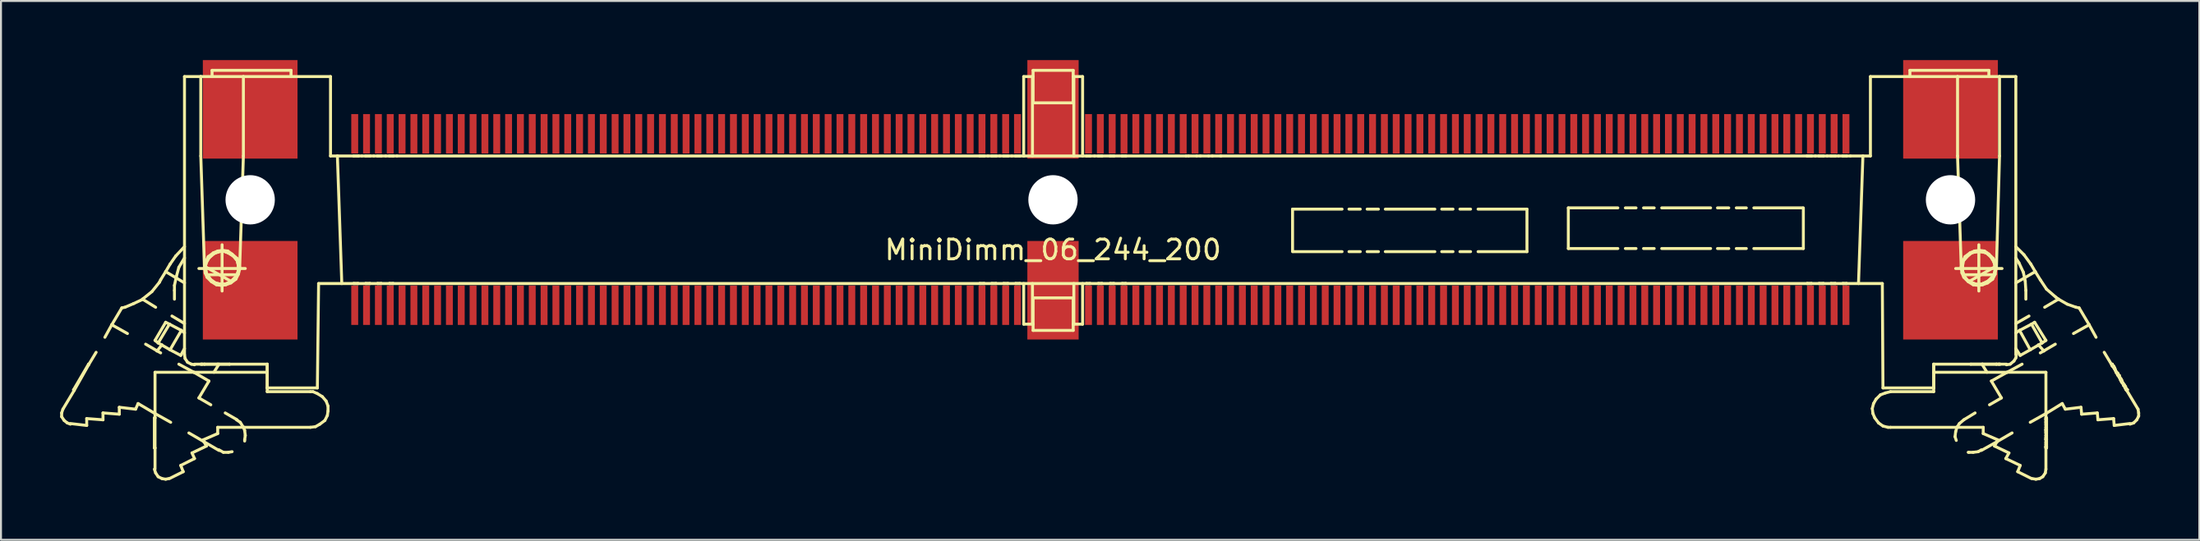
<source format=kicad_pcb>
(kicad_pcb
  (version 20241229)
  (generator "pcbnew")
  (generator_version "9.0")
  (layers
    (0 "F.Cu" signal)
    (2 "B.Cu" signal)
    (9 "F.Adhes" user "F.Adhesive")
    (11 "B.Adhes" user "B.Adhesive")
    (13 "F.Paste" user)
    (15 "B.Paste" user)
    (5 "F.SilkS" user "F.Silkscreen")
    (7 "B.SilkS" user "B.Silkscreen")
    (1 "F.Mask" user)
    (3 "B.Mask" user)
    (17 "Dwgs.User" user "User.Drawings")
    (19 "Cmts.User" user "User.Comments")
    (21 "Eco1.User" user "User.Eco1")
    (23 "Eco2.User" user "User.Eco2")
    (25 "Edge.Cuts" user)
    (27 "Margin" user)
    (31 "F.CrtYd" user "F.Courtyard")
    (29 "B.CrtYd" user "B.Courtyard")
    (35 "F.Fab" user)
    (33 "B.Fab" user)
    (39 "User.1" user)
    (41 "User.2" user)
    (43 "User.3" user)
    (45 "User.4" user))
  (footprint "MiniDimm_06_244_200"
    (layer "F.Cu")
    (at 50.333 7.09)
    (property "Reference" "MiniDimm_06_244_200" (at 0 2.54 0) (layer "F.SilkS") (effects (font (size 1 1) (thickness 0.15))))
    (attr through_hole)
    (fp_line (start -50.258 10.816) (end -50.258 11.006) (stroke (width 0.15) (type solid)) (layer "F.SilkS"))
    (fp_line (start -50.258 11.006) (end -50.131 11.197) (stroke (width 0.15) (type solid)) (layer "F.SilkS"))
    (fp_line (start -50.194 10.626) (end -50.258 10.816) (stroke (width 0.15) (type solid)) (layer "F.SilkS"))
    (fp_line (start -50.131 11.197) (end -49.972 11.324) (stroke (width 0.15) (type solid)) (layer "F.SilkS"))
    (fp_line (start -49.972 11.324) (end -49.813 11.387) (stroke (width 0.15) (type solid)) (layer "F.SilkS"))
    (fp_line (start -49.654 9.642) (end -49.623 9.674) (stroke (width 0.15) (type solid)) (layer "F.SilkS"))
    (fp_line (start -49.654 9.642) (end -48.892 8.341) (stroke (width 0.15) (type solid)) (layer "F.SilkS"))
    (fp_line (start -49.623 9.674) (end -50.194 10.626) (stroke (width 0.15) (type solid)) (layer "F.SilkS"))
    (fp_line (start -49.623 9.674) (end -48.892 8.373) (stroke (width 0.15) (type solid)) (layer "F.SilkS"))
    (fp_line (start -48.987 11.451) (end -49.813 11.355) (stroke (width 0.15) (type solid)) (layer "F.SilkS"))
    (fp_line (start -48.987 11.451) (end -48.987 11.102) (stroke (width 0.15) (type solid)) (layer "F.SilkS"))
    (fp_line (start -48.892 8.373) (end -48.892 8.341) (stroke (width 0.15) (type solid)) (layer "F.SilkS"))
    (fp_line (start -48.892 8.373) (end -48.51 7.739) (stroke (width 0.15) (type solid)) (layer "F.SilkS"))
    (fp_line (start -48.161 10.816) (end -48.161 11.165) (stroke (width 0.15) (type solid)) (layer "F.SilkS"))
    (fp_line (start -48.161 10.816) (end -47.335 10.88) (stroke (width 0.15) (type solid)) (layer "F.SilkS"))
    (fp_line (start -48.161 11.165) (end -48.987 11.102) (stroke (width 0.15) (type solid)) (layer "F.SilkS"))
    (fp_line (start -48.066 6.977) (end -47.716 6.343) (stroke (width 0.15) (type solid)) (layer "F.SilkS"))
    (fp_line (start -47.716 6.343) (end -47.208 5.486) (stroke (width 0.15) (type solid)) (layer "F.SilkS"))
    (fp_line (start -47.716 6.343) (end -46.922 6.787) (stroke (width 0.15) (type solid)) (layer "F.SilkS"))
    (fp_line (start -47.335 10.88) (end -47.335 10.531) (stroke (width 0.15) (type solid)) (layer "F.SilkS"))
    (fp_line (start -47.049 5.454) (end -47.208 5.486) (stroke (width 0.15) (type solid)) (layer "F.SilkS"))
    (fp_line (start -47.049 5.454) (end -46.604 5.264) (stroke (width 0.15) (type solid)) (layer "F.SilkS"))
    (fp_line (start -46.604 5.264) (end -46.127 5.042) (stroke (width 0.15) (type solid)) (layer "F.SilkS"))
    (fp_line (start -46.509 10.626) (end -47.335 10.53) (stroke (width 0.15) (type solid)) (layer "F.SilkS"))
    (fp_line (start -46.382 10.34) (end -46.509 10.626) (stroke (width 0.15) (type solid)) (layer "F.SilkS"))
    (fp_line (start -46.382 10.34) (end -45.524 10.848) (stroke (width 0.15) (type solid)) (layer "F.SilkS"))
    (fp_line (start -46.159 5.042) (end -45.683 4.661) (stroke (width 0.15) (type solid)) (layer "F.SilkS"))
    (fp_line (start -46 7.326) (end -45.238 7.77) (stroke (width 0.15) (type solid)) (layer "F.SilkS"))
    (fp_line (start -45.683 4.661) (end -45.301 4.185) (stroke (width 0.15) (type solid)) (layer "F.SilkS"))
    (fp_line (start -45.556 11.07) (end -45.556 12.593) (stroke (width 0.15) (type solid)) (layer "F.SilkS"))
    (fp_line (start -45.556 12.593) (end -45.524 12.593) (stroke (width 0.15) (type solid)) (layer "F.SilkS"))
    (fp_line (start -45.556 13.671) (end -45.492 13.862) (stroke (width 0.15) (type solid)) (layer "F.SilkS"))
    (fp_line (start -45.524 10.848) (end -45.524 8.754) (stroke (width 0.15) (type solid)) (layer "F.SilkS"))
    (fp_line (start -45.524 10.848) (end -45.524 11.07) (stroke (width 0.15) (type solid)) (layer "F.SilkS"))
    (fp_line (start -45.524 11.07) (end -45.556 11.07) (stroke (width 0.15) (type solid)) (layer "F.SilkS"))
    (fp_line (start -45.524 12.593) (end -45.524 11.07) (stroke (width 0.15) (type solid)) (layer "F.SilkS"))
    (fp_line (start -45.524 12.593) (end -45.524 13.671) (stroke (width 0.15) (type solid)) (layer "F.SilkS"))
    (fp_line (start -45.492 5.454) (end -46.159 5.042) (stroke (width 0.15) (type solid)) (layer "F.SilkS"))
    (fp_line (start -45.492 13.862) (end -45.365 14.052) (stroke (width 0.15) (type solid)) (layer "F.SilkS"))
    (fp_line (start -45.428 7.675) (end -45.397 7.643) (stroke (width 0.15) (type solid)) (layer "F.SilkS"))
    (fp_line (start -45.397 7.643) (end -45.174 7.358) (stroke (width 0.15) (type solid)) (layer "F.SilkS"))
    (fp_line (start -45.365 7.263) (end -45.524 7.136) (stroke (width 0.15) (type solid)) (layer "F.SilkS"))
    (fp_line (start -45.365 7.263) (end -44.793 6.311) (stroke (width 0.15) (type solid)) (layer "F.SilkS"))
    (fp_line (start -45.365 7.263) (end -44.761 7.612) (stroke (width 0.15) (type solid)) (layer "F.SilkS"))
    (fp_line (start -45.365 14.052) (end -45.174 14.147) (stroke (width 0.15) (type solid)) (layer "F.SilkS"))
    (fp_line (start -45.301 4.185) (end -45.238 4.058) (stroke (width 0.15) (type solid)) (layer "F.SilkS"))
    (fp_line (start -45.174 14.147) (end -44.984 14.179) (stroke (width 0.15) (type solid)) (layer "F.SilkS"))
    (fp_line (start -44.984 3.646) (end -45.238 4.058) (stroke (width 0.15) (type solid)) (layer "F.SilkS"))
    (fp_line (start -44.984 3.646) (end -44.761 3.265) (stroke (width 0.15) (type solid)) (layer "F.SilkS"))
    (fp_line (start -44.984 3.646) (end -44.03 4.217) (stroke (width 0.15) (type solid)) (layer "F.SilkS"))
    (fp_line (start -44.984 6.216) (end -45.524 7.136) (stroke (width 0.15) (type solid)) (layer "F.SilkS"))
    (fp_line (start -44.984 14.179) (end -44.825 14.147) (stroke (width 0.15) (type solid)) (layer "F.SilkS"))
    (fp_line (start -44.793 6.311) (end -44.984 6.216) (stroke (width 0.15) (type solid)) (layer "F.SilkS"))
    (fp_line (start -44.793 6.311) (end -44.189 6.628) (stroke (width 0.15) (type solid)) (layer "F.SilkS"))
    (fp_line (start -44.761 7.612) (end -44.221 7.897) (stroke (width 0.15) (type solid)) (layer "F.SilkS"))
    (fp_line (start -44.729 11.292) (end -45.524 10.848) (stroke (width 0.15) (type solid)) (layer "F.SilkS"))
    (fp_line (start -44.539 5.042) (end -44.539 4.598) (stroke (width 0.15) (type solid)) (layer "F.SilkS"))
    (fp_line (start -44.539 4.344) (end -44.539 4.598) (stroke (width 0.15) (type solid)) (layer "F.SilkS"))
    (fp_line (start -44.475 2.853) (end -44.761 3.265) (stroke (width 0.15) (type solid)) (layer "F.SilkS"))
    (fp_line (start -44.443 3.9) (end -44.539 4.344) (stroke (width 0.15) (type solid)) (layer "F.SilkS"))
    (fp_line (start -44.316 3.424) (end -44.443 3.9) (stroke (width 0.15) (type solid)) (layer "F.SilkS"))
    (fp_line (start -44.316 8.341) (end -43.554 8.754) (stroke (width 0.15) (type solid)) (layer "F.SilkS"))
    (fp_line (start -44.221 7.897) (end -44.03 7.548) (stroke (width 0.15) (type solid)) (layer "F.SilkS"))
    (fp_line (start -44.189 6.628) (end -44.761 7.612) (stroke (width 0.15) (type solid)) (layer "F.SilkS"))
    (fp_line (start -44.094 13.798) (end -44.793 14.147) (stroke (width 0.15) (type solid)) (layer "F.SilkS"))
    (fp_line (start -44.094 13.798) (end -44.221 13.481) (stroke (width 0.15) (type solid)) (layer "F.SilkS"))
    (fp_line (start -44.03 2.377) (end -44.475 2.853) (stroke (width 0.15) (type solid)) (layer "F.SilkS"))
    (fp_line (start -44.03 2.948) (end -44.316 3.424) (stroke (width 0.15) (type solid)) (layer "F.SilkS"))
    (fp_line (start -44.03 6.279) (end -44.666 5.898) (stroke (width 0.15) (type solid)) (layer "F.SilkS"))
    (fp_line (start -44.03 6.755) (end -44.189 6.628) (stroke (width 0.15) (type solid)) (layer "F.SilkS"))
    (fp_line (start -44.03 7.865) (end -44.03 -6.253) (stroke (width 0.15) (type solid)) (layer "F.SilkS"))
    (fp_line (start -44.03 7.865) (end -43.999 8.056) (stroke (width 0.15) (type solid)) (layer "F.SilkS"))
    (fp_line (start -43.999 8.056) (end -43.872 8.246) (stroke (width 0.15) (type solid)) (layer "F.SilkS"))
    (fp_line (start -43.872 8.246) (end -43.681 8.341) (stroke (width 0.15) (type solid)) (layer "F.SilkS"))
    (fp_line (start -43.681 8.341) (end -43.522 8.373) (stroke (width 0.15) (type solid)) (layer "F.SilkS"))
    (fp_line (start -43.649 12.847) (end -43.522 13.132) (stroke (width 0.15) (type solid)) (layer "F.SilkS"))
    (fp_line (start -43.554 8.754) (end -45.524 8.754) (stroke (width 0.15) (type solid)) (layer "F.SilkS"))
    (fp_line (start -43.554 8.754) (end -39.836 8.754) (stroke (width 0.15) (type solid)) (layer "F.SilkS"))
    (fp_line (start -43.522 13.132) (end -44.221 13.481) (stroke (width 0.15) (type solid)) (layer "F.SilkS"))
    (fp_line (start -43.3 10.055) (end -42.696 10.404) (stroke (width 0.15) (type solid)) (layer "F.SilkS"))
    (fp_line (start -43.204 -6.253) (end -44.03 -6.253) (stroke (width 0.15) (type solid)) (layer "F.SilkS"))
    (fp_line (start -43.204 -2.224) (end -43.204 -6.253) (stroke (width 0.15) (type solid)) (layer "F.SilkS"))
    (fp_line (start -43.204 8.341) (end -43.522 8.341) (stroke (width 0.15) (type solid)) (layer "F.SilkS"))
    (fp_line (start -43.141 8.341) (end -43.204 8.341) (stroke (width 0.15) (type solid)) (layer "F.SilkS"))
    (fp_line (start -43.141 8.341) (end -43.204 8.341) (stroke (width 0.15) (type solid)) (layer "F.SilkS"))
    (fp_line (start -43.077 12.18) (end -43.045 12.276) (stroke (width 0.15) (type solid)) (layer "F.SilkS"))
    (fp_line (start -43.077 12.18) (end -42.346 11.863) (stroke (width 0.15) (type solid)) (layer "F.SilkS"))
    (fp_line (start -43.045 12.275) (end -43.808 11.831) (stroke (width 0.15) (type solid)) (layer "F.SilkS"))
    (fp_line (start -43.045 12.275) (end -42.918 12.498) (stroke (width 0.15) (type solid)) (layer "F.SilkS"))
    (fp_line (start -43.045 12.275) (end -42.283 12.72) (stroke (width 0.15) (type solid)) (layer "F.SilkS"))
    (fp_line (start -43.014 3.392) (end -43.014 3.455) (stroke (width 0.15) (type solid)) (layer "F.SilkS"))
    (fp_line (start -43.014 3.455) (end -42.982 3.709) (stroke (width 0.15) (type solid)) (layer "F.SilkS"))
    (fp_line (start -43.014 3.487) (end -43.204 -2.224) (stroke (width 0.15) (type solid)) (layer "F.SilkS"))
    (fp_line (start -43.014 8.341) (end -43.141 8.341) (stroke (width 0.15) (type solid)) (layer "F.SilkS"))
    (fp_line (start -43.014 8.341) (end -43.141 8.341) (stroke (width 0.15) (type solid)) (layer "F.SilkS"))
    (fp_line (start -43.014 8.341) (end -42.346 8.341) (stroke (width 0.15) (type solid)) (layer "F.SilkS"))
    (fp_line (start -42.982 3.709) (end -42.887 3.931) (stroke (width 0.15) (type solid)) (layer "F.SilkS"))
    (fp_line (start -42.982 3.392) (end -41.647 4.153) (stroke (width 0.15) (type solid)) (layer "F.SilkS"))
    (fp_line (start -42.95 3.138) (end -43.014 3.392) (stroke (width 0.15) (type solid)) (layer "F.SilkS"))
    (fp_line (start -42.95 3.392) (end -42.95 3.614) (stroke (width 0.15) (type solid)) (layer "F.SilkS"))
    (fp_line (start -42.95 3.392) (end -42.95 3.614) (stroke (width 0.15) (type solid)) (layer "F.SilkS"))
    (fp_line (start -42.95 3.614) (end -42.887 3.804) (stroke (width 0.15) (type solid)) (layer "F.SilkS"))
    (fp_line (start -42.95 3.614) (end -42.887 3.804) (stroke (width 0.15) (type solid)) (layer "F.SilkS"))
    (fp_line (start -42.918 3.17) (end -42.982 3.392) (stroke (width 0.15) (type solid)) (layer "F.SilkS"))
    (fp_line (start -42.918 3.17) (end -42.982 3.392) (stroke (width 0.15) (type solid)) (layer "F.SilkS"))
    (fp_line (start -42.918 12.498) (end -43.649 12.847) (stroke (width 0.15) (type solid)) (layer "F.SilkS"))
    (fp_line (start -42.887 3.931) (end -42.664 4.153) (stroke (width 0.15) (type solid)) (layer "F.SilkS"))
    (fp_line (start -42.887 3.804) (end -42.696 4.058) (stroke (width 0.15) (type solid)) (layer "F.SilkS"))
    (fp_line (start -42.887 3.804) (end -42.696 4.058) (stroke (width 0.15) (type solid)) (layer "F.SilkS"))
    (fp_line (start -42.887 3.804) (end -41.361 3.804) (stroke (width 0.15) (type solid)) (layer "F.SilkS"))
    (fp_line (start -42.823 2.884) (end -42.95 3.138) (stroke (width 0.15) (type solid)) (layer "F.SilkS"))
    (fp_line (start -42.791 2.948) (end -42.918 3.17) (stroke (width 0.15) (type solid)) (layer "F.SilkS"))
    (fp_line (start -42.791 2.948) (end -42.918 3.17) (stroke (width 0.15) (type solid)) (layer "F.SilkS"))
    (fp_line (start -42.791 9.198) (end -43.554 8.754) (stroke (width 0.15) (type solid)) (layer "F.SilkS"))
    (fp_line (start -42.791 9.198) (end -43.3 10.055) (stroke (width 0.15) (type solid)) (layer "F.SilkS"))
    (fp_line (start -42.696 4.058) (end -42.474 4.217) (stroke (width 0.15) (type solid)) (layer "F.SilkS"))
    (fp_line (start -42.696 4.058) (end -42.474 4.217) (stroke (width 0.15) (type solid)) (layer "F.SilkS"))
    (fp_line (start -42.664 4.153) (end -42.41 4.312) (stroke (width 0.15) (type solid)) (layer "F.SilkS"))
    (fp_line (start -42.632 -6.57) (end -42.632 -6.253) (stroke (width 0.15) (type solid)) (layer "F.SilkS"))
    (fp_line (start -42.569 2.694) (end -42.823 2.884) (stroke (width 0.15) (type solid)) (layer "F.SilkS"))
    (fp_line (start -42.537 2.726) (end -42.791 2.948) (stroke (width 0.15) (type solid)) (layer "F.SilkS"))
    (fp_line (start -42.537 2.726) (end -42.791 2.948) (stroke (width 0.15) (type solid)) (layer "F.SilkS"))
    (fp_line (start -42.474 4.217) (end -42.219 4.28) (stroke (width 0.15) (type solid)) (layer "F.SilkS"))
    (fp_line (start -42.474 4.217) (end -42.219 4.28) (stroke (width 0.15) (type solid)) (layer "F.SilkS"))
    (fp_line (start -42.41 4.312) (end -42.156 4.344) (stroke (width 0.15) (type solid)) (layer "F.SilkS"))
    (fp_line (start -42.346 2.599) (end -42.569 2.694) (stroke (width 0.15) (type solid)) (layer "F.SilkS"))
    (fp_line (start -42.346 8.341) (end -43.014 8.341) (stroke (width 0.15) (type solid)) (layer "F.SilkS"))
    (fp_line (start -42.346 8.341) (end -41.743 8.341) (stroke (width 0.15) (type solid)) (layer "F.SilkS"))
    (fp_line (start -42.346 11.546) (end -42.346 11.863) (stroke (width 0.15) (type solid)) (layer "F.SilkS"))
    (fp_line (start -42.283 2.63) (end -42.537 2.726) (stroke (width 0.15) (type solid)) (layer "F.SilkS"))
    (fp_line (start -42.283 2.63) (end -42.537 2.726) (stroke (width 0.15) (type solid)) (layer "F.SilkS"))
    (fp_line (start -42.283 8.341) (end -42.537 8.754) (stroke (width 0.15) (type solid)) (layer "F.SilkS"))
    (fp_line (start -42.283 12.688) (end -42.06 12.815) (stroke (width 0.15) (type solid)) (layer "F.SilkS"))
    (fp_line (start -42.219 4.28) (end -41.965 4.28) (stroke (width 0.15) (type solid)) (layer "F.SilkS"))
    (fp_line (start -42.219 4.28) (end -41.965 4.28) (stroke (width 0.15) (type solid)) (layer "F.SilkS"))
    (fp_line (start -42.156 4.344) (end -41.933 4.312) (stroke (width 0.15) (type solid)) (layer "F.SilkS"))
    (fp_line (start -42.124 2.282) (end -42.124 4.629) (stroke (width 0.15) (type solid)) (layer "F.SilkS"))
    (fp_line (start -42.092 2.567) (end -42.346 2.599) (stroke (width 0.15) (type solid)) (layer "F.SilkS"))
    (fp_line (start -42.06 2.599) (end -42.283 2.63) (stroke (width 0.15) (type solid)) (layer "F.SilkS"))
    (fp_line (start -42.06 2.599) (end -42.283 2.63) (stroke (width 0.15) (type solid)) (layer "F.SilkS"))
    (fp_line (start -42.06 12.815) (end -41.806 12.815) (stroke (width 0.15) (type solid)) (layer "F.SilkS"))
    (fp_line (start -41.965 4.28) (end -41.743 4.185) (stroke (width 0.15) (type solid)) (layer "F.SilkS"))
    (fp_line (start -41.965 4.28) (end -41.743 4.185) (stroke (width 0.15) (type solid)) (layer "F.SilkS"))
    (fp_line (start -41.965 10.816) (end -41.361 11.165) (stroke (width 0.15) (type solid)) (layer "F.SilkS"))
    (fp_line (start -41.933 4.312) (end -41.679 4.217) (stroke (width 0.15) (type solid)) (layer "F.SilkS"))
    (fp_line (start -41.838 2.599) (end -42.092 2.567) (stroke (width 0.15) (type solid)) (layer "F.SilkS"))
    (fp_line (start -41.806 2.694) (end -42.06 2.599) (stroke (width 0.15) (type solid)) (layer "F.SilkS"))
    (fp_line (start -41.806 2.694) (end -42.06 2.599) (stroke (width 0.15) (type solid)) (layer "F.SilkS"))
    (fp_line (start -41.806 12.815) (end -41.616 12.783) (stroke (width 0.15) (type solid)) (layer "F.SilkS"))
    (fp_line (start -41.743 4.185) (end -41.647 4.122) (stroke (width 0.15) (type solid)) (layer "F.SilkS"))
    (fp_line (start -41.743 4.185) (end -41.647 4.122) (stroke (width 0.15) (type solid)) (layer "F.SilkS"))
    (fp_line (start -41.743 8.341) (end -42.346 8.341) (stroke (width 0.15) (type solid)) (layer "F.SilkS"))
    (fp_line (start -41.679 4.217) (end -41.425 4.026) (stroke (width 0.15) (type solid)) (layer "F.SilkS"))
    (fp_line (start -41.647 4.122) (end -41.425 3.9) (stroke (width 0.15) (type solid)) (layer "F.SilkS"))
    (fp_line (start -41.647 4.122) (end -41.425 3.9) (stroke (width 0.15) (type solid)) (layer "F.SilkS"))
    (fp_line (start -41.616 2.757) (end -41.838 2.599) (stroke (width 0.15) (type solid)) (layer "F.SilkS"))
    (fp_line (start -41.552 2.853) (end -41.806 2.694) (stroke (width 0.15) (type solid)) (layer "F.SilkS"))
    (fp_line (start -41.552 2.853) (end -41.806 2.694) (stroke (width 0.15) (type solid)) (layer "F.SilkS"))
    (fp_line (start -41.425 4.026) (end -41.298 3.773) (stroke (width 0.15) (type solid)) (layer "F.SilkS"))
    (fp_line (start -41.425 3.9) (end -41.361 3.804) (stroke (width 0.15) (type solid)) (layer "F.SilkS"))
    (fp_line (start -41.425 3.9) (end -41.361 3.804) (stroke (width 0.15) (type solid)) (layer "F.SilkS"))
    (fp_line (start -41.361 2.98) (end -41.616 2.757) (stroke (width 0.15) (type solid)) (layer "F.SilkS"))
    (fp_line (start -41.361 3.075) (end -41.552 2.853) (stroke (width 0.15) (type solid)) (layer "F.SilkS"))
    (fp_line (start -41.361 3.075) (end -41.552 2.853) (stroke (width 0.15) (type solid)) (layer "F.SilkS"))
    (fp_line (start -41.361 3.804) (end -41.298 3.582) (stroke (width 0.15) (type solid)) (layer "F.SilkS"))
    (fp_line (start -41.361 3.804) (end -41.298 3.582) (stroke (width 0.15) (type solid)) (layer "F.SilkS"))
    (fp_line (start -41.298 3.773) (end -41.234 3.519) (stroke (width 0.15) (type solid)) (layer "F.SilkS"))
    (fp_line (start -41.298 3.329) (end -41.361 3.075) (stroke (width 0.15) (type solid)) (layer "F.SilkS"))
    (fp_line (start -41.298 3.329) (end -41.361 3.075) (stroke (width 0.15) (type solid)) (layer "F.SilkS"))
    (fp_line (start -41.298 3.582) (end -41.298 3.329) (stroke (width 0.15) (type solid)) (layer "F.SilkS"))
    (fp_line (start -41.298 3.582) (end -41.298 3.329) (stroke (width 0.15) (type solid)) (layer "F.SilkS"))
    (fp_line (start -41.266 3.202) (end -41.361 2.98) (stroke (width 0.15) (type solid)) (layer "F.SilkS"))
    (fp_line (start -41.234 3.455) (end -41.266 3.202) (stroke (width 0.15) (type solid)) (layer "F.SilkS"))
    (fp_line (start -41.234 3.519) (end -41.234 3.455) (stroke (width 0.15) (type solid)) (layer "F.SilkS"))
    (fp_line (start -41.203 11.292) (end -41.393 11.165) (stroke (width 0.15) (type solid)) (layer "F.SilkS"))
    (fp_line (start -41.044 -6.253) (end -43.204 -6.253) (stroke (width 0.15) (type solid)) (layer "F.SilkS"))
    (fp_line (start -41.044 -6.253) (end -41.044 -2.224) (stroke (width 0.15) (type solid)) (layer "F.SilkS"))
    (fp_line (start -41.044 -6.253) (end -36.627 -6.253) (stroke (width 0.15) (type solid)) (layer "F.SilkS"))
    (fp_line (start -41.044 -2.224) (end -41.234 3.487) (stroke (width 0.15) (type solid)) (layer "F.SilkS"))
    (fp_line (start -41.044 11.546) (end -41.203 11.292) (stroke (width 0.15) (type solid)) (layer "F.SilkS"))
    (fp_line (start -41.012 11.546) (end -42.346 11.546) (stroke (width 0.15) (type solid)) (layer "F.SilkS"))
    (fp_line (start -41.012 11.546) (end -37.644 11.546) (stroke (width 0.15) (type solid)) (layer "F.SilkS"))
    (fp_line (start -40.98 12.18) (end -40.948 11.958) (stroke (width 0.15) (type solid)) (layer "F.SilkS"))
    (fp_line (start -40.98 12.244) (end -40.98 12.18) (stroke (width 0.15) (type solid)) (layer "F.SilkS"))
    (fp_line (start -40.98 11.704) (end -41.044 11.546) (stroke (width 0.15) (type solid)) (layer "F.SilkS"))
    (fp_line (start -40.948 3.487) (end -43.3 3.487) (stroke (width 0.15) (type solid)) (layer "F.SilkS"))
    (fp_line (start -40.948 11.958) (end -40.98 11.704) (stroke (width 0.15) (type solid)) (layer "F.SilkS"))
    (fp_line (start -39.836 8.341) (end -41.743 8.341) (stroke (width 0.15) (type solid)) (layer "F.SilkS"))
    (fp_line (start -39.836 8.341) (end -39.836 8.754) (stroke (width 0.15) (type solid)) (layer "F.SilkS"))
    (fp_line (start -39.836 8.341) (end -39.836 8.754) (stroke (width 0.15) (type solid)) (layer "F.SilkS"))
    (fp_line (start -39.836 8.754) (end -39.836 9.547) (stroke (width 0.15) (type solid)) (layer "F.SilkS"))
    (fp_line (start -39.836 8.754) (end -39.836 9.547) (stroke (width 0.15) (type solid)) (layer "F.SilkS"))
    (fp_line (start -39.836 9.547) (end -39.836 9.737) (stroke (width 0.15) (type solid)) (layer "F.SilkS"))
    (fp_line (start -39.836 9.547) (end -37.294 9.547) (stroke (width 0.15) (type solid)) (layer "F.SilkS"))
    (fp_line (start -39.836 9.737) (end -37.644 9.737) (stroke (width 0.15) (type solid)) (layer "F.SilkS"))
    (fp_line (start -38.629 -6.57) (end -42.632 -6.57) (stroke (width 0.15) (type solid)) (layer "F.SilkS"))
    (fp_line (start -38.629 -6.253) (end -38.629 -6.57) (stroke (width 0.15) (type solid)) (layer "F.SilkS"))
    (fp_line (start -37.644 11.546) (end -37.39 11.514) (stroke (width 0.15) (type solid)) (layer "F.SilkS"))
    (fp_line (start -37.517 9.737) (end -37.644 9.737) (stroke (width 0.15) (type solid)) (layer "F.SilkS"))
    (fp_line (start -37.39 11.514) (end -37.167 11.387) (stroke (width 0.15) (type solid)) (layer "F.SilkS"))
    (fp_line (start -37.294 9.833) (end -37.517 9.737) (stroke (width 0.15) (type solid)) (layer "F.SilkS"))
    (fp_line (start -37.231 4.249) (end -37.294 9.547) (stroke (width 0.15) (type solid)) (layer "F.SilkS"))
    (fp_line (start -37.167 11.387) (end -36.913 11.197) (stroke (width 0.15) (type solid)) (layer "F.SilkS"))
    (fp_line (start -37.04 9.991) (end -37.294 9.833) (stroke (width 0.15) (type solid)) (layer "F.SilkS"))
    (fp_line (start -36.913 11.197) (end -36.786 10.943) (stroke (width 0.15) (type solid)) (layer "F.SilkS"))
    (fp_line (start -36.85 10.213) (end -37.04 9.991) (stroke (width 0.15) (type solid)) (layer "F.SilkS"))
    (fp_line (start -36.786 10.943) (end -36.754 10.721) (stroke (width 0.15) (type solid)) (layer "F.SilkS"))
    (fp_line (start -36.754 10.467) (end -36.85 10.213) (stroke (width 0.15) (type solid)) (layer "F.SilkS"))
    (fp_line (start -36.754 10.721) (end -36.754 10.467) (stroke (width 0.15) (type solid)) (layer "F.SilkS"))
    (fp_line (start -36.627 -2.224) (end -36.627 -6.253) (stroke (width 0.15) (type solid)) (layer "F.SilkS"))
    (fp_line (start -36.278 -2.224) (end -36.627 -2.224) (stroke (width 0.15) (type solid)) (layer "F.SilkS"))
    (fp_line (start -36.278 -2.224) (end -36.055 4.249) (stroke (width 0.15) (type solid)) (layer "F.SilkS"))
    (fp_line (start -36.278 -2.224) (end -35.452 -2.224) (stroke (width 0.15) (type solid)) (layer "F.SilkS"))
    (fp_line (start -36.055 4.249) (end -37.231 4.249) (stroke (width 0.15) (type solid)) (layer "F.SilkS"))
    (fp_line (start -36.055 4.249) (end -35.452 4.249) (stroke (width 0.15) (type solid)) (layer "F.SilkS"))
    (fp_line (start -35.229 -2.224) (end -35.452 -2.224) (stroke (width 0.15) (type solid)) (layer "F.SilkS"))
    (fp_line (start -35.229 -2.224) (end -35.452 -2.224) (stroke (width 0.15) (type solid)) (layer "F.SilkS"))
    (fp_line (start -35.229 -2.224) (end -35.229 -2.224) (stroke (width 0.15) (type solid)) (layer "F.SilkS"))
    (fp_line (start -35.229 -2.224) (end -35.197 -2.224) (stroke (width 0.15) (type solid)) (layer "F.SilkS"))
    (fp_line (start -35.229 4.249) (end -35.452 4.249) (stroke (width 0.15) (type solid)) (layer "F.SilkS"))
    (fp_line (start -35.229 4.249) (end -35.452 4.249) (stroke (width 0.15) (type solid)) (layer "F.SilkS"))
    (fp_line (start -35.039 -2.224) (end -35.197 -2.224) (stroke (width 0.15) (type solid)) (layer "F.SilkS"))
    (fp_line (start -34.848 -2.224) (end -35.039 -2.224) (stroke (width 0.15) (type solid)) (layer "F.SilkS"))
    (fp_line (start -34.848 4.249) (end -35.229 4.249) (stroke (width 0.15) (type solid)) (layer "F.SilkS"))
    (fp_line (start -34.848 4.249) (end -34.625 4.249) (stroke (width 0.15) (type solid)) (layer "F.SilkS"))
    (fp_line (start -34.625 -2.224) (end -34.848 -2.224) (stroke (width 0.15) (type solid)) (layer "F.SilkS"))
    (fp_line (start -34.625 -2.224) (end -34.848 -2.224) (stroke (width 0.15) (type solid)) (layer "F.SilkS"))
    (fp_line (start -34.625 4.249) (end -34.848 4.249) (stroke (width 0.15) (type solid)) (layer "F.SilkS"))
    (fp_line (start -34.625 4.249) (end -34.244 4.249) (stroke (width 0.15) (type solid)) (layer "F.SilkS"))
    (fp_line (start -34.435 -2.224) (end -34.625 -2.224) (stroke (width 0.15) (type solid)) (layer "F.SilkS"))
    (fp_line (start -34.244 -2.224) (end -34.435 -2.224) (stroke (width 0.15) (type solid)) (layer "F.SilkS"))
    (fp_line (start -34.054 -2.224) (end -34.244 -2.224) (stroke (width 0.15) (type solid)) (layer "F.SilkS"))
    (fp_line (start -34.054 -2.224) (end -34.244 -2.224) (stroke (width 0.15) (type solid)) (layer "F.SilkS"))
    (fp_line (start -34.054 4.249) (end -34.244 4.249) (stroke (width 0.15) (type solid)) (layer "F.SilkS"))
    (fp_line (start -34.054 4.249) (end -34.244 4.249) (stroke (width 0.15) (type solid)) (layer "F.SilkS"))
    (fp_line (start -34.054 4.249) (end -33.64 4.249) (stroke (width 0.15) (type solid)) (layer "F.SilkS"))
    (fp_line (start -33.831 -2.224) (end -34.054 -2.224) (stroke (width 0.15) (type solid)) (layer "F.SilkS"))
    (fp_line (start -33.64 -2.224) (end -33.831 -2.224) (stroke (width 0.15) (type solid)) (layer "F.SilkS"))
    (fp_line (start -33.64 -2.224) (end -33.45 -2.224) (stroke (width 0.15) (type solid)) (layer "F.SilkS"))
    (fp_line (start -33.64 4.249) (end -33.45 4.249) (stroke (width 0.15) (type solid)) (layer "F.SilkS"))
    (fp_line (start -33.45 -2.224) (end -33.64 -2.224) (stroke (width 0.15) (type solid)) (layer "F.SilkS"))
    (fp_line (start -33.45 -2.224) (end -33.259 -2.224) (stroke (width 0.15) (type solid)) (layer "F.SilkS"))
    (fp_line (start -33.45 4.249) (end -33.64 4.249) (stroke (width 0.15) (type solid)) (layer "F.SilkS"))
    (fp_line (start -33.45 4.249) (end -3.71 4.249) (stroke (width 0.15) (type solid)) (layer "F.SilkS"))
    (fp_line (start -33.259 -2.224) (end -3.71 -2.224) (stroke (width 0.15) (type solid)) (layer "F.SilkS"))
    (fp_line (start -3.488 -2.224) (end -3.71 -2.224) (stroke (width 0.15) (type solid)) (layer "F.SilkS"))
    (fp_line (start -3.488 -2.224) (end -3.71 -2.224) (stroke (width 0.15) (type solid)) (layer "F.SilkS"))
    (fp_line (start -3.488 4.249) (end -3.71 4.249) (stroke (width 0.15) (type solid)) (layer "F.SilkS"))
    (fp_line (start -3.488 4.249) (end -3.71 4.249) (stroke (width 0.15) (type solid)) (layer "F.SilkS"))
    (fp_line (start -3.488 4.249) (end -3.106 4.249) (stroke (width 0.15) (type solid)) (layer "F.SilkS"))
    (fp_line (start -3.297 -2.224) (end -3.488 -2.224) (stroke (width 0.15) (type solid)) (layer "F.SilkS"))
    (fp_line (start -3.297 -2.224) (end -3.106 -2.224) (stroke (width 0.15) (type solid)) (layer "F.SilkS"))
    (fp_line (start -3.106 -2.224) (end -2.884 -2.224) (stroke (width 0.15) (type solid)) (layer "F.SilkS"))
    (fp_line (start -3.106 -2.224) (end -2.884 -2.224) (stroke (width 0.15) (type solid)) (layer "F.SilkS"))
    (fp_line (start -2.884 4.249) (end -3.106 4.249) (stroke (width 0.15) (type solid)) (layer "F.SilkS"))
    (fp_line (start -2.884 4.249) (end -3.106 4.249) (stroke (width 0.15) (type solid)) (layer "F.SilkS"))
    (fp_line (start -2.693 -2.224) (end -2.884 -2.224) (stroke (width 0.15) (type solid)) (layer "F.SilkS"))
    (fp_line (start -2.693 -2.224) (end -2.503 -2.224) (stroke (width 0.15) (type solid)) (layer "F.SilkS"))
    (fp_line (start -2.503 -2.224) (end -2.28 -2.224) (stroke (width 0.15) (type solid)) (layer "F.SilkS"))
    (fp_line (start -2.503 4.249) (end -2.884 4.249) (stroke (width 0.15) (type solid)) (layer "F.SilkS"))
    (fp_line (start -2.28 -2.224) (end -2.503 -2.224) (stroke (width 0.15) (type solid)) (layer "F.SilkS"))
    (fp_line (start -2.28 -2.224) (end -2.089 -2.224) (stroke (width 0.15) (type solid)) (layer "F.SilkS"))
    (fp_line (start -2.28 4.249) (end -2.503 4.249) (stroke (width 0.15) (type solid)) (layer "F.SilkS"))
    (fp_line (start -2.28 4.249) (end -2.503 4.249) (stroke (width 0.15) (type solid)) (layer "F.SilkS"))
    (fp_line (start -2.28 4.249) (end -1.899 4.249) (stroke (width 0.15) (type solid)) (layer "F.SilkS"))
    (fp_line (start -1.899 -2.224) (end -2.089 -2.224) (stroke (width 0.15) (type solid)) (layer "F.SilkS"))
    (fp_line (start -1.899 -2.224) (end -1.676 -2.224) (stroke (width 0.15) (type solid)) (layer "F.SilkS"))
    (fp_line (start -1.899 4.249) (end -1.676 4.249) (stroke (width 0.15) (type solid)) (layer "F.SilkS"))
    (fp_line (start -1.676 -2.224) (end -1.899 -2.224) (stroke (width 0.15) (type solid)) (layer "F.SilkS"))
    (fp_line (start -1.676 -2.224) (end -1.486 -2.224) (stroke (width 0.15) (type solid)) (layer "F.SilkS"))
    (fp_line (start -1.676 4.249) (end -1.899 4.249) (stroke (width 0.15) (type solid)) (layer "F.SilkS"))
    (fp_line (start -1.676 4.249) (end 1.692 4.249) (stroke (width 0.15) (type solid)) (layer "F.SilkS"))
    (fp_line (start -1.486 -6.253) (end -1.486 -2.224) (stroke (width 0.15) (type solid)) (layer "F.SilkS"))
    (fp_line (start -1.486 -6.253) (end -1.041 -6.253) (stroke (width 0.15) (type solid)) (layer "F.SilkS"))
    (fp_line (start -1.486 -2.224) (end 1.692 -2.224) (stroke (width 0.15) (type solid)) (layer "F.SilkS"))
    (fp_line (start -1.486 4.249) (end -1.486 6.311) (stroke (width 0.15) (type solid)) (layer "F.SilkS"))
    (fp_line (start -1.041 -2.224) (end -1.041 -6.253) (stroke (width 0.15) (type solid)) (layer "F.SilkS"))
    (fp_line (start -1.041 6.311) (end -1.486 6.311) (stroke (width 0.15) (type solid)) (layer "F.SilkS"))
    (fp_line (start -1.041 6.311) (end -1.041 4.249) (stroke (width 0.15) (type solid)) (layer "F.SilkS"))
    (fp_line (start -1.041 6.311) (end -1.009 6.311) (stroke (width 0.15) (type solid)) (layer "F.SilkS"))
    (fp_line (start -1.009 -6.57) (end 1.024 -6.57) (stroke (width 0.15) (type solid)) (layer "F.SilkS"))
    (fp_line (start -1.009 -6.253) (end -1.041 -6.253) (stroke (width 0.15) (type solid)) (layer "F.SilkS"))
    (fp_line (start -1.009 -4.92) (end -1.009 -6.57) (stroke (width 0.15) (type solid)) (layer "F.SilkS"))
    (fp_line (start -1.009 6.311) (end -1.009 4.978) (stroke (width 0.15) (type solid)) (layer "F.SilkS"))
    (fp_line (start -1.009 6.628) (end -1.009 6.311) (stroke (width 0.15) (type solid)) (layer "F.SilkS"))
    (fp_line (start -1.009 6.628) (end 1.024 6.628) (stroke (width 0.15) (type solid)) (layer "F.SilkS"))
    (fp_line (start 1.024 -6.57) (end 1.024 -4.92) (stroke (width 0.15) (type solid)) (layer "F.SilkS"))
    (fp_line (start 1.024 -6.253) (end 1.056 -6.253) (stroke (width 0.15) (type solid)) (layer "F.SilkS"))
    (fp_line (start 1.024 -4.92) (end -1.009 -4.92) (stroke (width 0.15) (type solid)) (layer "F.SilkS"))
    (fp_line (start 1.024 4.978) (end -1.009 4.978) (stroke (width 0.15) (type solid)) (layer "F.SilkS"))
    (fp_line (start 1.024 4.978) (end 1.024 6.311) (stroke (width 0.15) (type solid)) (layer "F.SilkS"))
    (fp_line (start 1.024 6.311) (end 1.024 6.628) (stroke (width 0.15) (type solid)) (layer "F.SilkS"))
    (fp_line (start 1.056 -6.253) (end 1.501 -6.253) (stroke (width 0.15) (type solid)) (layer "F.SilkS"))
    (fp_line (start 1.056 -6.253) (end 1.056 -2.224) (stroke (width 0.15) (type solid)) (layer "F.SilkS"))
    (fp_line (start 1.056 6.311) (end 1.024 6.311) (stroke (width 0.15) (type solid)) (layer "F.SilkS"))
    (fp_line (start 1.056 6.311) (end 1.056 4.249) (stroke (width 0.15) (type solid)) (layer "F.SilkS"))
    (fp_line (start 1.056 6.311) (end 1.501 6.311) (stroke (width 0.15) (type solid)) (layer "F.SilkS"))
    (fp_line (start 1.501 -2.224) (end 1.501 -6.253) (stroke (width 0.15) (type solid)) (layer "F.SilkS"))
    (fp_line (start 1.501 4.249) (end 1.501 6.311) (stroke (width 0.15) (type solid)) (layer "F.SilkS"))
    (fp_line (start 1.692 -2.224) (end 1.882 -2.224) (stroke (width 0.15) (type solid)) (layer "F.SilkS"))
    (fp_line (start 1.882 -2.224) (end 1.692 -2.224) (stroke (width 0.15) (type solid)) (layer "F.SilkS"))
    (fp_line (start 1.882 4.249) (end 1.692 4.249) (stroke (width 0.15) (type solid)) (layer "F.SilkS"))
    (fp_line (start 1.882 4.249) (end 1.692 4.249) (stroke (width 0.15) (type solid)) (layer "F.SilkS"))
    (fp_line (start 2.105 -2.224) (end 1.882 -2.224) (stroke (width 0.15) (type solid)) (layer "F.SilkS"))
    (fp_line (start 2.295 -2.224) (end 2.105 -2.224) (stroke (width 0.15) (type solid)) (layer "F.SilkS"))
    (fp_line (start 2.295 -2.224) (end 2.486 -2.224) (stroke (width 0.15) (type solid)) (layer "F.SilkS"))
    (fp_line (start 2.295 -2.224) (end 2.486 -2.224) (stroke (width 0.15) (type solid)) (layer "F.SilkS"))
    (fp_line (start 2.295 4.249) (end 1.882 4.249) (stroke (width 0.15) (type solid)) (layer "F.SilkS"))
    (fp_line (start 2.295 4.249) (end 2.486 4.249) (stroke (width 0.15) (type solid)) (layer "F.SilkS"))
    (fp_line (start 2.486 -2.224) (end 2.899 -2.224) (stroke (width 0.15) (type solid)) (layer "F.SilkS"))
    (fp_line (start 2.486 4.249) (end 2.295 4.249) (stroke (width 0.15) (type solid)) (layer "F.SilkS"))
    (fp_line (start 2.486 4.249) (end 2.899 4.249) (stroke (width 0.15) (type solid)) (layer "F.SilkS"))
    (fp_line (start 2.899 -2.224) (end 3.09 -2.224) (stroke (width 0.15) (type solid)) (layer "F.SilkS"))
    (fp_line (start 2.899 4.249) (end 3.09 4.249) (stroke (width 0.15) (type solid)) (layer "F.SilkS"))
    (fp_line (start 3.09 -2.224) (end 2.899 -2.224) (stroke (width 0.15) (type solid)) (layer "F.SilkS"))
    (fp_line (start 3.09 -2.224) (end 3.503 -2.224) (stroke (width 0.15) (type solid)) (layer "F.SilkS"))
    (fp_line (start 3.09 4.249) (end 2.899 4.249) (stroke (width 0.15) (type solid)) (layer "F.SilkS"))
    (fp_line (start 3.503 -2.224) (end 3.693 -2.224) (stroke (width 0.15) (type solid)) (layer "F.SilkS"))
    (fp_line (start 3.503 4.249) (end 3.09 4.249) (stroke (width 0.15) (type solid)) (layer "F.SilkS"))
    (fp_line (start 3.503 4.249) (end 3.693 4.249) (stroke (width 0.15) (type solid)) (layer "F.SilkS"))
    (fp_line (start 3.503 4.249) (end 3.693 4.249) (stroke (width 0.15) (type solid)) (layer "F.SilkS"))
    (fp_line (start 3.693 -2.224) (end 3.503 -2.224) (stroke (width 0.15) (type solid)) (layer "F.SilkS"))
    (fp_line (start 6.744 -2.224) (end 3.693 -2.224) (stroke (width 0.15) (type solid)) (layer "F.SilkS"))
    (fp_line (start 6.744 -2.224) (end 6.871 -2.224) (stroke (width 0.15) (type solid)) (layer "F.SilkS"))
    (fp_line (start 7.284 -2.224) (end 6.871 -2.224) (stroke (width 0.15) (type solid)) (layer "F.SilkS"))
    (fp_line (start 7.474 -2.224) (end 7.284 -2.224) (stroke (width 0.15) (type solid)) (layer "F.SilkS"))
    (fp_line (start 7.887 -2.224) (end 7.474 -2.224) (stroke (width 0.15) (type solid)) (layer "F.SilkS"))
    (fp_line (start 7.887 -2.224) (end 8.078 -2.224) (stroke (width 0.15) (type solid)) (layer "F.SilkS"))
    (fp_line (start 8.078 -2.224) (end 8.491 -2.224) (stroke (width 0.15) (type solid)) (layer "F.SilkS"))
    (fp_line (start 8.491 -2.224) (end 8.523 -2.224) (stroke (width 0.15) (type solid)) (layer "F.SilkS"))
    (fp_line (start 12.145 0.473) (end 14.655 0.473) (stroke (width 0.15) (type solid)) (layer "F.SilkS"))
    (fp_line (start 12.145 2.631) (end 12.145 0.473) (stroke (width 0.15) (type solid)) (layer "F.SilkS"))
    (fp_line (start 14.655 2.631) (end 12.177 2.631) (stroke (width 0.15) (type solid)) (layer "F.SilkS"))
    (fp_line (start 15.005 0.473) (end 15.577 0.473) (stroke (width 0.15) (type solid)) (layer "F.SilkS"))
    (fp_line (start 15.577 2.631) (end 15.005 2.631) (stroke (width 0.15) (type solid)) (layer "F.SilkS"))
    (fp_line (start 15.926 0.473) (end 16.498 0.473) (stroke (width 0.15) (type solid)) (layer "F.SilkS"))
    (fp_line (start 16.498 2.631) (end 15.926 2.631) (stroke (width 0.15) (type solid)) (layer "F.SilkS"))
    (fp_line (start 16.847 0.473) (end 19.358 0.473) (stroke (width 0.15) (type solid)) (layer "F.SilkS"))
    (fp_line (start 19.358 2.631) (end 16.847 2.631) (stroke (width 0.15) (type solid)) (layer "F.SilkS"))
    (fp_line (start 19.707 0.473) (end 20.279 0.473) (stroke (width 0.15) (type solid)) (layer "F.SilkS"))
    (fp_line (start 20.279 2.631) (end 19.707 2.631) (stroke (width 0.15) (type solid)) (layer "F.SilkS"))
    (fp_line (start 20.629 0.473) (end 21.169 0.473) (stroke (width 0.15) (type solid)) (layer "F.SilkS"))
    (fp_line (start 21.169 2.631) (end 20.629 2.631) (stroke (width 0.15) (type solid)) (layer "F.SilkS"))
    (fp_line (start 21.55 0.473) (end 24.028 0.473) (stroke (width 0.15) (type solid)) (layer "F.SilkS"))
    (fp_line (start 24.028 0.473) (end 24.028 2.631) (stroke (width 0.15) (type solid)) (layer "F.SilkS"))
    (fp_line (start 24.028 2.631) (end 21.55 2.631) (stroke (width 0.15) (type solid)) (layer "F.SilkS"))
    (fp_line (start 26.125 0.41) (end 28.635 0.41) (stroke (width 0.15) (type solid)) (layer "F.SilkS"))
    (fp_line (start 26.125 2.472) (end 26.125 0.41) (stroke (width 0.15) (type solid)) (layer "F.SilkS"))
    (fp_line (start 28.635 2.472) (end 26.125 2.472) (stroke (width 0.15) (type solid)) (layer "F.SilkS"))
    (fp_line (start 29.017 0.41) (end 29.557 0.41) (stroke (width 0.15) (type solid)) (layer "F.SilkS"))
    (fp_line (start 29.557 2.472) (end 29.017 2.472) (stroke (width 0.15) (type solid)) (layer "F.SilkS"))
    (fp_line (start 29.938 0.41) (end 30.478 0.41) (stroke (width 0.15) (type solid)) (layer "F.SilkS"))
    (fp_line (start 30.478 2.472) (end 29.938 2.472) (stroke (width 0.15) (type solid)) (layer "F.SilkS"))
    (fp_line (start 30.86 0.41) (end 33.338 0.41) (stroke (width 0.15) (type solid)) (layer "F.SilkS"))
    (fp_line (start 33.338 2.472) (end 30.86 2.472) (stroke (width 0.15) (type solid)) (layer "F.SilkS"))
    (fp_line (start 33.687 0.41) (end 34.259 0.41) (stroke (width 0.15) (type solid)) (layer "F.SilkS"))
    (fp_line (start 34.259 2.472) (end 33.687 2.472) (stroke (width 0.15) (type solid)) (layer "F.SilkS"))
    (fp_line (start 34.641 0.41) (end 35.149 0.41) (stroke (width 0.15) (type solid)) (layer "F.SilkS"))
    (fp_line (start 35.149 2.472) (end 34.641 2.472) (stroke (width 0.15) (type solid)) (layer "F.SilkS"))
    (fp_line (start 35.53 0.41) (end 38.009 0.41) (stroke (width 0.15) (type solid)) (layer "F.SilkS"))
    (fp_line (start 38.04 0.41) (end 38.04 2.472) (stroke (width 0.15) (type solid)) (layer "F.SilkS"))
    (fp_line (start 38.04 2.472) (end 35.53 2.472) (stroke (width 0.15) (type solid)) (layer "F.SilkS"))
    (fp_line (start 38.231 -2.224) (end 8.523 -2.224) (stroke (width 0.15) (type solid)) (layer "F.SilkS"))
    (fp_line (start 38.231 -2.224) (end 38.453 -2.224) (stroke (width 0.15) (type solid)) (layer "F.SilkS"))
    (fp_line (start 38.231 4.249) (end 3.693 4.249) (stroke (width 0.15) (type solid)) (layer "F.SilkS"))
    (fp_line (start 38.231 4.249) (end 38.453 4.249) (stroke (width 0.15) (type solid)) (layer "F.SilkS"))
    (fp_line (start 38.453 -2.224) (end 38.231 -2.224) (stroke (width 0.15) (type solid)) (layer "F.SilkS"))
    (fp_line (start 38.453 -2.224) (end 38.644 -2.224) (stroke (width 0.15) (type solid)) (layer "F.SilkS"))
    (fp_line (start 38.453 4.249) (end 38.231 4.249) (stroke (width 0.15) (type solid)) (layer "F.SilkS"))
    (fp_line (start 38.835 -2.224) (end 38.644 -2.224) (stroke (width 0.15) (type solid)) (layer "F.SilkS"))
    (fp_line (start 38.835 -2.224) (end 39.057 -2.224) (stroke (width 0.15) (type solid)) (layer "F.SilkS"))
    (fp_line (start 38.835 4.249) (end 38.453 4.249) (stroke (width 0.15) (type solid)) (layer "F.SilkS"))
    (fp_line (start 38.835 4.249) (end 39.057 4.249) (stroke (width 0.15) (type solid)) (layer "F.SilkS"))
    (fp_line (start 39.057 -2.224) (end 38.835 -2.224) (stroke (width 0.15) (type solid)) (layer "F.SilkS"))
    (fp_line (start 39.057 4.249) (end 38.835 4.249) (stroke (width 0.15) (type solid)) (layer "F.SilkS"))
    (fp_line (start 39.057 4.249) (end 39.438 4.249) (stroke (width 0.15) (type solid)) (layer "F.SilkS"))
    (fp_line (start 39.248 -2.224) (end 39.057 -2.224) (stroke (width 0.15) (type solid)) (layer "F.SilkS"))
    (fp_line (start 39.438 -2.224) (end 39.248 -2.224) (stroke (width 0.15) (type solid)) (layer "F.SilkS"))
    (fp_line (start 39.438 -2.224) (end 39.661 -2.224) (stroke (width 0.15) (type solid)) (layer "F.SilkS"))
    (fp_line (start 39.438 4.249) (end 39.661 4.249) (stroke (width 0.15) (type solid)) (layer "F.SilkS"))
    (fp_line (start 39.661 -2.224) (end 39.438 -2.224) (stroke (width 0.15) (type solid)) (layer "F.SilkS"))
    (fp_line (start 39.661 -2.224) (end 39.82 -2.224) (stroke (width 0.15) (type solid)) (layer "F.SilkS"))
    (fp_line (start 39.661 4.249) (end 39.438 4.249) (stroke (width 0.15) (type solid)) (layer "F.SilkS"))
    (fp_line (start 40.042 -2.224) (end 39.82 -2.224) (stroke (width 0.15) (type solid)) (layer "F.SilkS"))
    (fp_line (start 40.042 -2.224) (end 40.233 -2.224) (stroke (width 0.15) (type solid)) (layer "F.SilkS"))
    (fp_line (start 40.042 4.249) (end 39.661 4.249) (stroke (width 0.15) (type solid)) (layer "F.SilkS"))
    (fp_line (start 40.042 4.249) (end 40.233 4.249) (stroke (width 0.15) (type solid)) (layer "F.SilkS"))
    (fp_line (start 40.042 4.249) (end 40.233 4.249) (stroke (width 0.15) (type solid)) (layer "F.SilkS"))
    (fp_line (start 40.233 -2.224) (end 40.042 -2.224) (stroke (width 0.15) (type solid)) (layer "F.SilkS"))
    (fp_line (start 40.233 -2.224) (end 40.423 -2.224) (stroke (width 0.15) (type solid)) (layer "F.SilkS"))
    (fp_line (start 40.836 4.249) (end 40.233 4.249) (stroke (width 0.15) (type solid)) (layer "F.SilkS"))
    (fp_line (start 41.059 -2.224) (end 40.423 -2.224) (stroke (width 0.15) (type solid)) (layer "F.SilkS"))
    (fp_line (start 41.059 -2.224) (end 40.836 4.249) (stroke (width 0.15) (type solid)) (layer "F.SilkS"))
    (fp_line (start 41.059 -2.224) (end 41.44 -2.224) (stroke (width 0.15) (type solid)) (layer "F.SilkS"))
    (fp_line (start 41.44 -2.224) (end 41.44 -6.253) (stroke (width 0.15) (type solid)) (layer "F.SilkS"))
    (fp_line (start 41.535 10.594) (end 41.567 10.848) (stroke (width 0.15) (type solid)) (layer "F.SilkS"))
    (fp_line (start 41.567 10.848) (end 41.663 11.07) (stroke (width 0.15) (type solid)) (layer "F.SilkS"))
    (fp_line (start 41.599 10.34) (end 41.535 10.594) (stroke (width 0.15) (type solid)) (layer "F.SilkS"))
    (fp_line (start 41.663 11.07) (end 41.853 11.324) (stroke (width 0.15) (type solid)) (layer "F.SilkS"))
    (fp_line (start 41.726 10.118) (end 41.599 10.34) (stroke (width 0.15) (type solid)) (layer "F.SilkS"))
    (fp_line (start 41.853 11.324) (end 42.076 11.482) (stroke (width 0.15) (type solid)) (layer "F.SilkS"))
    (fp_line (start 41.949 9.896) (end 41.726 10.118) (stroke (width 0.15) (type solid)) (layer "F.SilkS"))
    (fp_line (start 42.044 4.249) (end 40.836 4.249) (stroke (width 0.15) (type solid)) (layer "F.SilkS"))
    (fp_line (start 42.044 4.249) (end 42.076 9.547) (stroke (width 0.15) (type solid)) (layer "F.SilkS"))
    (fp_line (start 42.076 11.482) (end 42.33 11.546) (stroke (width 0.15) (type solid)) (layer "F.SilkS"))
    (fp_line (start 42.076 9.547) (end 44.649 9.547) (stroke (width 0.15) (type solid)) (layer "F.SilkS"))
    (fp_line (start 42.203 9.801) (end 41.949 9.896) (stroke (width 0.15) (type solid)) (layer "F.SilkS"))
    (fp_line (start 42.33 11.546) (end 42.457 11.546) (stroke (width 0.15) (type solid)) (layer "F.SilkS"))
    (fp_line (start 42.457 9.737) (end 42.203 9.801) (stroke (width 0.15) (type solid)) (layer "F.SilkS"))
    (fp_line (start 43.442 -6.57) (end 43.442 -6.253) (stroke (width 0.15) (type solid)) (layer "F.SilkS"))
    (fp_line (start 44.649 8.341) (end 44.649 8.754) (stroke (width 0.15) (type solid)) (layer "F.SilkS"))
    (fp_line (start 44.649 8.754) (end 44.649 8.341) (stroke (width 0.15) (type solid)) (layer "F.SilkS"))
    (fp_line (start 44.649 8.754) (end 44.649 9.547) (stroke (width 0.15) (type solid)) (layer "F.SilkS"))
    (fp_line (start 44.649 9.547) (end 44.649 8.754) (stroke (width 0.15) (type solid)) (layer "F.SilkS"))
    (fp_line (start 44.649 9.547) (end 44.649 9.737) (stroke (width 0.15) (type solid)) (layer "F.SilkS"))
    (fp_line (start 44.649 9.737) (end 42.457 9.737) (stroke (width 0.15) (type solid)) (layer "F.SilkS"))
    (fp_line (start 45.73 12.022) (end 45.793 12.212) (stroke (width 0.15) (type solid)) (layer "F.SilkS"))
    (fp_line (start 45.761 11.768) (end 45.73 12.022) (stroke (width 0.15) (type solid)) (layer "F.SilkS"))
    (fp_line (start 45.761 3.487) (end 48.113 3.487) (stroke (width 0.15) (type solid)) (layer "F.SilkS"))
    (fp_line (start 45.825 11.546) (end 42.457 11.546) (stroke (width 0.15) (type solid)) (layer "F.SilkS"))
    (fp_line (start 45.825 11.546) (end 45.761 11.768) (stroke (width 0.15) (type solid)) (layer "F.SilkS"))
    (fp_line (start 45.825 11.546) (end 47.159 11.546) (stroke (width 0.15) (type solid)) (layer "F.SilkS"))
    (fp_line (start 45.857 -6.253) (end 41.44 -6.253) (stroke (width 0.15) (type solid)) (layer "F.SilkS"))
    (fp_line (start 45.857 -2.224) (end 45.857 -6.253) (stroke (width 0.15) (type solid)) (layer "F.SilkS"))
    (fp_line (start 45.857 -2.224) (end 46.047 3.487) (stroke (width 0.15) (type solid)) (layer "F.SilkS"))
    (fp_line (start 45.952 11.355) (end 45.825 11.546) (stroke (width 0.15) (type solid)) (layer "F.SilkS"))
    (fp_line (start 46.047 3.392) (end 46.047 3.455) (stroke (width 0.15) (type solid)) (layer "F.SilkS"))
    (fp_line (start 46.047 3.455) (end 46.079 3.709) (stroke (width 0.15) (type solid)) (layer "F.SilkS"))
    (fp_line (start 46.079 3.709) (end 46.174 3.931) (stroke (width 0.15) (type solid)) (layer "F.SilkS"))
    (fp_line (start 46.111 3.138) (end 46.047 3.392) (stroke (width 0.15) (type solid)) (layer "F.SilkS"))
    (fp_line (start 46.111 3.36) (end 46.111 3.614) (stroke (width 0.15) (type solid)) (layer "F.SilkS"))
    (fp_line (start 46.111 3.36) (end 46.111 3.614) (stroke (width 0.15) (type solid)) (layer "F.SilkS"))
    (fp_line (start 46.111 3.614) (end 46.174 3.804) (stroke (width 0.15) (type solid)) (layer "F.SilkS"))
    (fp_line (start 46.111 3.614) (end 46.174 3.804) (stroke (width 0.15) (type solid)) (layer "F.SilkS"))
    (fp_line (start 46.143 3.106) (end 46.111 3.36) (stroke (width 0.15) (type solid)) (layer "F.SilkS"))
    (fp_line (start 46.143 3.106) (end 46.111 3.36) (stroke (width 0.15) (type solid)) (layer "F.SilkS"))
    (fp_line (start 46.143 3.804) (end 46.333 4.058) (stroke (width 0.15) (type solid)) (layer "F.SilkS"))
    (fp_line (start 46.143 3.804) (end 46.333 4.058) (stroke (width 0.15) (type solid)) (layer "F.SilkS"))
    (fp_line (start 46.143 3.804) (end 47.7 3.804) (stroke (width 0.15) (type solid)) (layer "F.SilkS"))
    (fp_line (start 46.174 3.931) (end 46.397 4.153) (stroke (width 0.15) (type solid)) (layer "F.SilkS"))
    (fp_line (start 46.174 11.165) (end 45.952 11.355) (stroke (width 0.15) (type solid)) (layer "F.SilkS"))
    (fp_line (start 46.238 2.884) (end 46.111 3.138) (stroke (width 0.15) (type solid)) (layer "F.SilkS"))
    (fp_line (start 46.333 2.884) (end 46.143 3.106) (stroke (width 0.15) (type solid)) (layer "F.SilkS"))
    (fp_line (start 46.333 2.884) (end 46.143 3.106) (stroke (width 0.15) (type solid)) (layer "F.SilkS"))
    (fp_line (start 46.333 4.058) (end 46.429 4.122) (stroke (width 0.15) (type solid)) (layer "F.SilkS"))
    (fp_line (start 46.333 4.058) (end 46.429 4.122) (stroke (width 0.15) (type solid)) (layer "F.SilkS"))
    (fp_line (start 46.397 4.153) (end 46.651 4.312) (stroke (width 0.15) (type solid)) (layer "F.SilkS"))
    (fp_line (start 46.397 12.815) (end 46.429 12.815) (stroke (width 0.15) (type solid)) (layer "F.SilkS"))
    (fp_line (start 46.429 12.815) (end 46.651 12.815) (stroke (width 0.15) (type solid)) (layer "F.SilkS"))
    (fp_line (start 46.429 4.122) (end 46.683 4.249) (stroke (width 0.15) (type solid)) (layer "F.SilkS"))
    (fp_line (start 46.429 4.122) (end 46.683 4.249) (stroke (width 0.15) (type solid)) (layer "F.SilkS"))
    (fp_line (start 46.429 4.153) (end 47.763 3.392) (stroke (width 0.15) (type solid)) (layer "F.SilkS"))
    (fp_line (start 46.492 2.694) (end 46.238 2.884) (stroke (width 0.15) (type solid)) (layer "F.SilkS"))
    (fp_line (start 46.524 8.341) (end 44.649 8.341) (stroke (width 0.15) (type solid)) (layer "F.SilkS"))
    (fp_line (start 46.524 8.341) (end 47.128 8.341) (stroke (width 0.15) (type solid)) (layer "F.SilkS"))
    (fp_line (start 46.524 8.341) (end 47.128 8.341) (stroke (width 0.15) (type solid)) (layer "F.SilkS"))
    (fp_line (start 46.556 2.694) (end 46.333 2.884) (stroke (width 0.15) (type solid)) (layer "F.SilkS"))
    (fp_line (start 46.556 2.694) (end 46.333 2.884) (stroke (width 0.15) (type solid)) (layer "F.SilkS"))
    (fp_line (start 46.651 4.312) (end 46.905 4.344) (stroke (width 0.15) (type solid)) (layer "F.SilkS"))
    (fp_line (start 46.651 12.815) (end 46.905 12.783) (stroke (width 0.15) (type solid)) (layer "F.SilkS"))
    (fp_line (start 46.683 4.249) (end 46.937 4.312) (stroke (width 0.15) (type solid)) (layer "F.SilkS"))
    (fp_line (start 46.683 4.249) (end 46.937 4.312) (stroke (width 0.15) (type solid)) (layer "F.SilkS"))
    (fp_line (start 46.715 2.599) (end 46.492 2.694) (stroke (width 0.15) (type solid)) (layer "F.SilkS"))
    (fp_line (start 46.746 10.816) (end 46.174 11.165) (stroke (width 0.15) (type solid)) (layer "F.SilkS"))
    (fp_line (start 46.81 2.63) (end 46.556 2.694) (stroke (width 0.15) (type solid)) (layer "F.SilkS"))
    (fp_line (start 46.81 2.63) (end 46.556 2.694) (stroke (width 0.15) (type solid)) (layer "F.SilkS"))
    (fp_line (start 46.905 4.344) (end 47.128 4.312) (stroke (width 0.15) (type solid)) (layer "F.SilkS"))
    (fp_line (start 46.905 12.783) (end 47.064 12.688) (stroke (width 0.15) (type solid)) (layer "F.SilkS"))
    (fp_line (start 46.937 2.282) (end 46.937 4.629) (stroke (width 0.15) (type solid)) (layer "F.SilkS"))
    (fp_line (start 46.937 4.312) (end 47.159 4.249) (stroke (width 0.15) (type solid)) (layer "F.SilkS"))
    (fp_line (start 46.937 4.312) (end 47.159 4.249) (stroke (width 0.15) (type solid)) (layer "F.SilkS"))
    (fp_line (start 46.969 2.567) (end 46.715 2.599) (stroke (width 0.15) (type solid)) (layer "F.SilkS"))
    (fp_line (start 47.064 2.63) (end 46.81 2.63) (stroke (width 0.15) (type solid)) (layer "F.SilkS"))
    (fp_line (start 47.064 2.63) (end 46.81 2.63) (stroke (width 0.15) (type solid)) (layer "F.SilkS"))
    (fp_line (start 47.096 8.341) (end 47.35 8.754) (stroke (width 0.15) (type solid)) (layer "F.SilkS"))
    (fp_line (start 47.128 4.312) (end 47.382 4.217) (stroke (width 0.15) (type solid)) (layer "F.SilkS"))
    (fp_line (start 47.128 8.341) (end 47.827 8.341) (stroke (width 0.15) (type solid)) (layer "F.SilkS"))
    (fp_line (start 47.159 4.249) (end 47.414 4.122) (stroke (width 0.15) (type solid)) (layer "F.SilkS"))
    (fp_line (start 47.159 4.249) (end 47.414 4.122) (stroke (width 0.15) (type solid)) (layer "F.SilkS"))
    (fp_line (start 47.159 11.546) (end 47.159 11.863) (stroke (width 0.15) (type solid)) (layer "F.SilkS"))
    (fp_line (start 47.223 2.599) (end 46.969 2.567) (stroke (width 0.15) (type solid)) (layer "F.SilkS"))
    (fp_line (start 47.318 2.694) (end 47.064 2.63) (stroke (width 0.15) (type solid)) (layer "F.SilkS"))
    (fp_line (start 47.318 2.694) (end 47.064 2.63) (stroke (width 0.15) (type solid)) (layer "F.SilkS"))
    (fp_line (start 47.382 4.217) (end 47.636 4.026) (stroke (width 0.15) (type solid)) (layer "F.SilkS"))
    (fp_line (start 47.414 4.122) (end 47.636 3.9) (stroke (width 0.15) (type solid)) (layer "F.SilkS"))
    (fp_line (start 47.414 4.122) (end 47.636 3.9) (stroke (width 0.15) (type solid)) (layer "F.SilkS"))
    (fp_line (start 47.445 -6.57) (end 43.442 -6.57) (stroke (width 0.15) (type solid)) (layer "F.SilkS"))
    (fp_line (start 47.445 -6.253) (end 47.445 -6.57) (stroke (width 0.15) (type solid)) (layer "F.SilkS"))
    (fp_line (start 47.445 2.757) (end 47.223 2.599) (stroke (width 0.15) (type solid)) (layer "F.SilkS"))
    (fp_line (start 47.541 2.884) (end 47.318 2.694) (stroke (width 0.15) (type solid)) (layer "F.SilkS"))
    (fp_line (start 47.541 2.884) (end 47.318 2.694) (stroke (width 0.15) (type solid)) (layer "F.SilkS"))
    (fp_line (start 47.636 4.026) (end 47.763 3.773) (stroke (width 0.15) (type solid)) (layer "F.SilkS"))
    (fp_line (start 47.636 3.9) (end 47.7 3.804) (stroke (width 0.15) (type solid)) (layer "F.SilkS"))
    (fp_line (start 47.636 3.9) (end 47.7 3.804) (stroke (width 0.15) (type solid)) (layer "F.SilkS"))
    (fp_line (start 47.668 2.98) (end 47.445 2.757) (stroke (width 0.15) (type solid)) (layer "F.SilkS"))
    (fp_line (start 47.699 3.138) (end 47.541 2.884) (stroke (width 0.15) (type solid)) (layer "F.SilkS"))
    (fp_line (start 47.699 3.138) (end 47.541 2.884) (stroke (width 0.15) (type solid)) (layer "F.SilkS"))
    (fp_line (start 47.7 3.804) (end 47.763 3.582) (stroke (width 0.15) (type solid)) (layer "F.SilkS"))
    (fp_line (start 47.7 3.804) (end 47.763 3.582) (stroke (width 0.15) (type solid)) (layer "F.SilkS"))
    (fp_line (start 47.731 12.498) (end 48.462 12.847) (stroke (width 0.15) (type solid)) (layer "F.SilkS"))
    (fp_line (start 47.763 3.773) (end 47.795 3.519) (stroke (width 0.15) (type solid)) (layer "F.SilkS"))
    (fp_line (start 47.763 3.392) (end 47.699 3.138) (stroke (width 0.15) (type solid)) (layer "F.SilkS"))
    (fp_line (start 47.763 3.392) (end 47.699 3.138) (stroke (width 0.15) (type solid)) (layer "F.SilkS"))
    (fp_line (start 47.763 3.582) (end 47.763 3.36) (stroke (width 0.15) (type solid)) (layer "F.SilkS"))
    (fp_line (start 47.763 3.582) (end 47.763 3.36) (stroke (width 0.15) (type solid)) (layer "F.SilkS"))
    (fp_line (start 47.795 3.455) (end 47.795 3.202) (stroke (width 0.15) (type solid)) (layer "F.SilkS"))
    (fp_line (start 47.795 3.519) (end 47.795 3.455) (stroke (width 0.15) (type solid)) (layer "F.SilkS"))
    (fp_line (start 47.795 3.202) (end 47.668 2.98) (stroke (width 0.15) (type solid)) (layer "F.SilkS"))
    (fp_line (start 47.827 8.341) (end 47.128 8.341) (stroke (width 0.15) (type solid)) (layer "F.SilkS"))
    (fp_line (start 47.827 8.341) (end 47.954 8.341) (stroke (width 0.15) (type solid)) (layer "F.SilkS"))
    (fp_line (start 47.827 8.341) (end 47.954 8.341) (stroke (width 0.15) (type solid)) (layer "F.SilkS"))
    (fp_line (start 47.858 12.275) (end 47.064 12.72) (stroke (width 0.15) (type solid)) (layer "F.SilkS"))
    (fp_line (start 47.858 12.275) (end 47.731 12.498) (stroke (width 0.15) (type solid)) (layer "F.SilkS"))
    (fp_line (start 47.858 12.275) (end 47.89 12.18) (stroke (width 0.15) (type solid)) (layer "F.SilkS"))
    (fp_line (start 47.89 12.18) (end 47.159 11.863) (stroke (width 0.15) (type solid)) (layer "F.SilkS"))
    (fp_line (start 47.985 -6.253) (end 45.857 -6.253) (stroke (width 0.15) (type solid)) (layer "F.SilkS"))
    (fp_line (start 47.985 -6.253) (end 47.985 -2.224) (stroke (width 0.15) (type solid)) (layer "F.SilkS"))
    (fp_line (start 47.985 -6.253) (end 48.812 -6.253) (stroke (width 0.15) (type solid)) (layer "F.SilkS"))
    (fp_line (start 47.985 -2.224) (end 47.827 3.487) (stroke (width 0.15) (type solid)) (layer "F.SilkS"))
    (fp_line (start 48.017 8.341) (end 47.954 8.341) (stroke (width 0.15) (type solid)) (layer "F.SilkS"))
    (fp_line (start 48.017 8.341) (end 47.954 8.341) (stroke (width 0.15) (type solid)) (layer "F.SilkS"))
    (fp_line (start 48.017 8.341) (end 48.335 8.341) (stroke (width 0.15) (type solid)) (layer "F.SilkS"))
    (fp_line (start 48.081 10.055) (end 47.477 10.404) (stroke (width 0.15) (type solid)) (layer "F.SilkS"))
    (fp_line (start 48.081 10.055) (end 47.572 9.198) (stroke (width 0.15) (type solid)) (layer "F.SilkS"))
    (fp_line (start 48.303 13.132) (end 48.462 12.847) (stroke (width 0.15) (type solid)) (layer "F.SilkS"))
    (fp_line (start 48.303 13.132) (end 49.034 13.481) (stroke (width 0.15) (type solid)) (layer "F.SilkS"))
    (fp_line (start 48.335 8.373) (end 48.526 8.341) (stroke (width 0.15) (type solid)) (layer "F.SilkS"))
    (fp_line (start 48.367 8.754) (end 44.649 8.754) (stroke (width 0.15) (type solid)) (layer "F.SilkS"))
    (fp_line (start 48.367 8.754) (end 47.572 9.198) (stroke (width 0.15) (type solid)) (layer "F.SilkS"))
    (fp_line (start 48.367 8.754) (end 50.337 8.754) (stroke (width 0.15) (type solid)) (layer "F.SilkS"))
    (fp_line (start 48.526 8.341) (end 48.716 8.183) (stroke (width 0.15) (type solid)) (layer "F.SilkS"))
    (fp_line (start 48.621 11.831) (end 47.858 12.275) (stroke (width 0.15) (type solid)) (layer "F.SilkS"))
    (fp_line (start 48.716 8.183) (end 48.812 8.024) (stroke (width 0.15) (type solid)) (layer "F.SilkS"))
    (fp_line (start 48.812 -6.253) (end 48.812 7.865) (stroke (width 0.15) (type solid)) (layer "F.SilkS"))
    (fp_line (start 48.812 4.217) (end 49.797 3.646) (stroke (width 0.15) (type solid)) (layer "F.SilkS"))
    (fp_line (start 48.812 6.279) (end 49.479 5.898) (stroke (width 0.15) (type solid)) (layer "F.SilkS"))
    (fp_line (start 48.812 6.755) (end 49.002 6.628) (stroke (width 0.15) (type solid)) (layer "F.SilkS"))
    (fp_line (start 48.812 7.548) (end 49.034 7.897) (stroke (width 0.15) (type solid)) (layer "F.SilkS"))
    (fp_line (start 48.812 8.024) (end 48.843 7.865) (stroke (width 0.15) (type solid)) (layer "F.SilkS"))
    (fp_line (start 48.907 13.798) (end 49.606 14.147) (stroke (width 0.15) (type solid)) (layer "F.SilkS"))
    (fp_line (start 48.97 3.202) (end 48.812 2.948) (stroke (width 0.15) (type solid)) (layer "F.SilkS"))
    (fp_line (start 49.034 7.897) (end 49.542 7.612) (stroke (width 0.15) (type solid)) (layer "F.SilkS"))
    (fp_line (start 49.034 13.481) (end 48.907 13.798) (stroke (width 0.15) (type solid)) (layer "F.SilkS"))
    (fp_line (start 49.129 8.341) (end 48.367 8.754) (stroke (width 0.15) (type solid)) (layer "F.SilkS"))
    (fp_line (start 49.193 3.678) (end 48.97 3.202) (stroke (width 0.15) (type solid)) (layer "F.SilkS"))
    (fp_line (start 49.225 2.789) (end 48.812 2.377) (stroke (width 0.15) (type solid)) (layer "F.SilkS"))
    (fp_line (start 49.288 4.122) (end 49.193 3.678) (stroke (width 0.15) (type solid)) (layer "F.SilkS"))
    (fp_line (start 49.32 4.598) (end 49.288 4.122) (stroke (width 0.15) (type solid)) (layer "F.SilkS"))
    (fp_line (start 49.32 5.042) (end 49.32 4.598) (stroke (width 0.15) (type solid)) (layer "F.SilkS"))
    (fp_line (start 49.542 7.612) (end 49.002 6.628) (stroke (width 0.15) (type solid)) (layer "F.SilkS"))
    (fp_line (start 49.542 7.612) (end 50.146 7.263) (stroke (width 0.15) (type solid)) (layer "F.SilkS"))
    (fp_line (start 49.574 3.265) (end 49.225 2.789) (stroke (width 0.15) (type solid)) (layer "F.SilkS"))
    (fp_line (start 49.606 6.311) (end 49.002 6.628) (stroke (width 0.15) (type solid)) (layer "F.SilkS"))
    (fp_line (start 49.606 6.311) (end 49.765 6.216) (stroke (width 0.15) (type solid)) (layer "F.SilkS"))
    (fp_line (start 49.606 6.311) (end 50.146 7.263) (stroke (width 0.15) (type solid)) (layer "F.SilkS"))
    (fp_line (start 49.638 14.147) (end 49.828 14.179) (stroke (width 0.15) (type solid)) (layer "F.SilkS"))
    (fp_line (start 49.765 6.216) (end 50.337 7.136) (stroke (width 0.15) (type solid)) (layer "F.SilkS"))
    (fp_line (start 49.797 3.646) (end 49.574 3.265) (stroke (width 0.15) (type solid)) (layer "F.SilkS"))
    (fp_line (start 49.828 14.179) (end 50.019 14.147) (stroke (width 0.15) (type solid)) (layer "F.SilkS"))
    (fp_line (start 49.955 7.358) (end 50.21 7.643) (stroke (width 0.15) (type solid)) (layer "F.SilkS"))
    (fp_line (start 50.019 14.147) (end 50.178 14.052) (stroke (width 0.15) (type solid)) (layer "F.SilkS"))
    (fp_line (start 50.051 4.058) (end 49.797 3.646) (stroke (width 0.15) (type solid)) (layer "F.SilkS"))
    (fp_line (start 50.051 4.058) (end 50.368 4.534) (stroke (width 0.15) (type solid)) (layer "F.SilkS"))
    (fp_line (start 50.146 7.263) (end 50.337 7.136) (stroke (width 0.15) (type solid)) (layer "F.SilkS"))
    (fp_line (start 50.178 14.052) (end 50.305 13.862) (stroke (width 0.15) (type solid)) (layer "F.SilkS"))
    (fp_line (start 50.241 7.675) (end 50.21 7.643) (stroke (width 0.15) (type solid)) (layer "F.SilkS"))
    (fp_line (start 50.273 5.454) (end 50.972 5.042) (stroke (width 0.15) (type solid)) (layer "F.SilkS"))
    (fp_line (start 50.305 13.862) (end 50.337 13.671) (stroke (width 0.15) (type solid)) (layer "F.SilkS"))
    (fp_line (start 50.337 10.848) (end 49.542 11.292) (stroke (width 0.15) (type solid)) (layer "F.SilkS"))
    (fp_line (start 50.337 10.848) (end 50.337 8.754) (stroke (width 0.15) (type solid)) (layer "F.SilkS"))
    (fp_line (start 50.337 10.848) (end 51.163 10.34) (stroke (width 0.15) (type solid)) (layer "F.SilkS"))
    (fp_line (start 50.337 11.07) (end 50.337 10.848) (stroke (width 0.15) (type solid)) (layer "F.SilkS"))
    (fp_line (start 50.337 11.133) (end 50.337 11.07) (stroke (width 0.15) (type solid)) (layer "F.SilkS"))
    (fp_line (start 50.337 11.133) (end 50.337 11.165) (stroke (width 0.15) (type solid)) (layer "F.SilkS"))
    (fp_line (start 50.337 11.133) (end 50.368 11.133) (stroke (width 0.15) (type solid)) (layer "F.SilkS"))
    (fp_line (start 50.337 11.26) (end 50.337 11.165) (stroke (width 0.15) (type solid)) (layer "F.SilkS"))
    (fp_line (start 50.337 11.26) (end 50.337 11.324) (stroke (width 0.15) (type solid)) (layer "F.SilkS"))
    (fp_line (start 50.337 11.26) (end 50.368 11.26) (stroke (width 0.15) (type solid)) (layer "F.SilkS"))
    (fp_line (start 50.337 11.324) (end 50.337 11.419) (stroke (width 0.15) (type solid)) (layer "F.SilkS"))
    (fp_line (start 50.337 11.546) (end 50.337 11.419) (stroke (width 0.15) (type solid)) (layer "F.SilkS"))
    (fp_line (start 50.337 11.546) (end 50.337 11.641) (stroke (width 0.15) (type solid)) (layer "F.SilkS"))
    (fp_line (start 50.337 11.546) (end 50.368 11.546) (stroke (width 0.15) (type solid)) (layer "F.SilkS"))
    (fp_line (start 50.337 11.641) (end 50.337 11.673) (stroke (width 0.15) (type solid)) (layer "F.SilkS"))
    (fp_line (start 50.337 11.673) (end 50.337 11.704) (stroke (width 0.15) (type solid)) (layer "F.SilkS"))
    (fp_line (start 50.337 11.704) (end 50.337 11.768) (stroke (width 0.15) (type solid)) (layer "F.SilkS"))
    (fp_line (start 50.337 11.704) (end 50.368 11.704) (stroke (width 0.15) (type solid)) (layer "F.SilkS"))
    (fp_line (start 50.337 11.768) (end 50.337 11.831) (stroke (width 0.15) (type solid)) (layer "F.SilkS"))
    (fp_line (start 50.337 11.831) (end 50.368 11.831) (stroke (width 0.15) (type solid)) (layer "F.SilkS"))
    (fp_line (start 50.337 11.831) (end 50.337 11.958) (stroke (width 0.15) (type solid)) (layer "F.SilkS"))
    (fp_line (start 50.337 12.053) (end 50.337 11.958) (stroke (width 0.15) (type solid)) (layer "F.SilkS"))
    (fp_line (start 50.337 12.117) (end 50.337 12.053) (stroke (width 0.15) (type solid)) (layer "F.SilkS"))
    (fp_line (start 50.337 12.117) (end 50.337 12.149) (stroke (width 0.15) (type solid)) (layer "F.SilkS"))
    (fp_line (start 50.337 12.117) (end 50.368 12.117) (stroke (width 0.15) (type solid)) (layer "F.SilkS"))
    (fp_line (start 50.337 12.149) (end 50.337 12.18) (stroke (width 0.15) (type solid)) (layer "F.SilkS"))
    (fp_line (start 50.337 12.18) (end 50.368 12.18) (stroke (width 0.15) (type solid)) (layer "F.SilkS"))
    (fp_line (start 50.337 12.307) (end 50.337 12.18) (stroke (width 0.15) (type solid)) (layer "F.SilkS"))
    (fp_line (start 50.337 12.307) (end 50.337 12.402) (stroke (width 0.15) (type solid)) (layer "F.SilkS"))
    (fp_line (start 50.337 12.307) (end 50.368 12.307) (stroke (width 0.15) (type solid)) (layer "F.SilkS"))
    (fp_line (start 50.337 12.402) (end 50.368 12.402) (stroke (width 0.15) (type solid)) (layer "F.SilkS"))
    (fp_line (start 50.337 12.402) (end 50.337 12.498) (stroke (width 0.15) (type solid)) (layer "F.SilkS"))
    (fp_line (start 50.337 12.498) (end 50.337 12.529) (stroke (width 0.15) (type solid)) (layer "F.SilkS"))
    (fp_line (start 50.337 12.529) (end 50.368 12.529) (stroke (width 0.15) (type solid)) (layer "F.SilkS"))
    (fp_line (start 50.337 12.561) (end 50.337 12.529) (stroke (width 0.15) (type solid)) (layer "F.SilkS"))
    (fp_line (start 50.337 12.561) (end 50.337 12.593) (stroke (width 0.15) (type solid)) (layer "F.SilkS"))
    (fp_line (start 50.337 12.593) (end 50.337 13.671) (stroke (width 0.15) (type solid)) (layer "F.SilkS"))
    (fp_line (start 50.368 4.534) (end 50.845 4.947) (stroke (width 0.15) (type solid)) (layer "F.SilkS"))
    (fp_line (start 50.368 11.07) (end 50.337 11.07) (stroke (width 0.15) (type solid)) (layer "F.SilkS"))
    (fp_line (start 50.368 11.133) (end 50.368 11.07) (stroke (width 0.15) (type solid)) (layer "F.SilkS"))
    (fp_line (start 50.368 11.165) (end 50.337 11.165) (stroke (width 0.15) (type solid)) (layer "F.SilkS"))
    (fp_line (start 50.368 11.165) (end 50.368 11.133) (stroke (width 0.15) (type solid)) (layer "F.SilkS"))
    (fp_line (start 50.368 11.26) (end 50.368 11.165) (stroke (width 0.15) (type solid)) (layer "F.SilkS"))
    (fp_line (start 50.368 11.26) (end 50.368 11.324) (stroke (width 0.15) (type solid)) (layer "F.SilkS"))
    (fp_line (start 50.368 11.324) (end 50.337 11.324) (stroke (width 0.15) (type solid)) (layer "F.SilkS"))
    (fp_line (start 50.368 11.324) (end 50.368 11.419) (stroke (width 0.15) (type solid)) (layer "F.SilkS"))
    (fp_line (start 50.368 11.419) (end 50.337 11.419) (stroke (width 0.15) (type solid)) (layer "F.SilkS"))
    (fp_line (start 50.368 11.546) (end 50.368 11.419) (stroke (width 0.15) (type solid)) (layer "F.SilkS"))
    (fp_line (start 50.368 11.641) (end 50.337 11.641) (stroke (width 0.15) (type solid)) (layer "F.SilkS"))
    (fp_line (start 50.368 11.641) (end 50.368 11.546) (stroke (width 0.15) (type solid)) (layer "F.SilkS"))
    (fp_line (start 50.368 11.673) (end 50.337 11.673) (stroke (width 0.15) (type solid)) (layer "F.SilkS"))
    (fp_line (start 50.368 11.673) (end 50.368 11.641) (stroke (width 0.15) (type solid)) (layer "F.SilkS"))
    (fp_line (start 50.368 11.673) (end 50.368 11.704) (stroke (width 0.15) (type solid)) (layer "F.SilkS"))
    (fp_line (start 50.368 11.768) (end 50.337 11.768) (stroke (width 0.15) (type solid)) (layer "F.SilkS"))
    (fp_line (start 50.368 11.768) (end 50.368 11.704) (stroke (width 0.15) (type solid)) (layer "F.SilkS"))
    (fp_line (start 50.368 11.768) (end 50.368 11.831) (stroke (width 0.15) (type solid)) (layer "F.SilkS"))
    (fp_line (start 50.368 11.831) (end 50.368 11.958) (stroke (width 0.15) (type solid)) (layer "F.SilkS"))
    (fp_line (start 50.368 11.958) (end 50.337 11.958) (stroke (width 0.15) (type solid)) (layer "F.SilkS"))
    (fp_line (start 50.368 12.053) (end 50.337 12.053) (stroke (width 0.15) (type solid)) (layer "F.SilkS"))
    (fp_line (start 50.368 12.053) (end 50.368 11.958) (stroke (width 0.15) (type solid)) (layer "F.SilkS"))
    (fp_line (start 50.368 12.053) (end 50.368 12.117) (stroke (width 0.15) (type solid)) (layer "F.SilkS"))
    (fp_line (start 50.368 12.149) (end 50.337 12.149) (stroke (width 0.15) (type solid)) (layer "F.SilkS"))
    (fp_line (start 50.368 12.149) (end 50.368 12.117) (stroke (width 0.15) (type solid)) (layer "F.SilkS"))
    (fp_line (start 50.368 12.149) (end 50.368 12.18) (stroke (width 0.15) (type solid)) (layer "F.SilkS"))
    (fp_line (start 50.368 12.307) (end 50.368 12.18) (stroke (width 0.15) (type solid)) (layer "F.SilkS"))
    (fp_line (start 50.368 12.307) (end 50.368 12.402) (stroke (width 0.15) (type solid)) (layer "F.SilkS"))
    (fp_line (start 50.368 12.402) (end 50.368 12.498) (stroke (width 0.15) (type solid)) (layer "F.SilkS"))
    (fp_line (start 50.368 12.498) (end 50.337 12.498) (stroke (width 0.15) (type solid)) (layer "F.SilkS"))
    (fp_line (start 50.368 12.498) (end 50.368 12.529) (stroke (width 0.15) (type solid)) (layer "F.SilkS"))
    (fp_line (start 50.368 12.561) (end 50.337 12.561) (stroke (width 0.15) (type solid)) (layer "F.SilkS"))
    (fp_line (start 50.368 12.561) (end 50.368 12.529) (stroke (width 0.15) (type solid)) (layer "F.SilkS"))
    (fp_line (start 50.368 12.561) (end 50.368 12.593) (stroke (width 0.15) (type solid)) (layer "F.SilkS"))
    (fp_line (start 50.368 12.593) (end 50.337 12.593) (stroke (width 0.15) (type solid)) (layer "F.SilkS"))
    (fp_line (start 50.813 7.326) (end 50.051 7.77) (stroke (width 0.15) (type solid)) (layer "F.SilkS"))
    (fp_line (start 50.845 4.947) (end 50.972 5.042) (stroke (width 0.15) (type solid)) (layer "F.SilkS"))
    (fp_line (start 50.972 5.042) (end 51.417 5.296) (stroke (width 0.15) (type solid)) (layer "F.SilkS"))
    (fp_line (start 51.163 10.34) (end 51.322 10.626) (stroke (width 0.15) (type solid)) (layer "F.SilkS"))
    (fp_line (start 51.322 10.626) (end 52.116 10.53) (stroke (width 0.15) (type solid)) (layer "F.SilkS"))
    (fp_line (start 51.417 5.296) (end 51.862 5.454) (stroke (width 0.15) (type solid)) (layer "F.SilkS"))
    (fp_line (start 52.021 5.486) (end 51.862 5.454) (stroke (width 0.15) (type solid)) (layer "F.SilkS"))
    (fp_line (start 52.116 10.53) (end 52.148 10.88) (stroke (width 0.15) (type solid)) (layer "F.SilkS"))
    (fp_line (start 52.148 10.88) (end 52.942 10.816) (stroke (width 0.15) (type solid)) (layer "F.SilkS"))
    (fp_line (start 52.529 6.343) (end 51.735 6.787) (stroke (width 0.15) (type solid)) (layer "F.SilkS"))
    (fp_line (start 52.529 6.343) (end 52.021 5.486) (stroke (width 0.15) (type solid)) (layer "F.SilkS"))
    (fp_line (start 52.529 6.343) (end 52.879 6.977) (stroke (width 0.15) (type solid)) (layer "F.SilkS"))
    (fp_line (start 52.942 10.816) (end 52.974 11.165) (stroke (width 0.15) (type solid)) (layer "F.SilkS"))
    (fp_line (start 53.292 7.739) (end 53.673 8.373) (stroke (width 0.15) (type solid)) (layer "F.SilkS"))
    (fp_line (start 53.673 8.373) (end 53.705 8.341) (stroke (width 0.15) (type solid)) (layer "F.SilkS"))
    (fp_line (start 53.705 8.437) (end 53.768 8.5) (stroke (width 0.15) (type solid)) (layer "F.SilkS"))
    (fp_line (start 53.705 8.341) (end 53.705 8.373) (stroke (width 0.15) (type solid)) (layer "F.SilkS"))
    (fp_line (start 53.705 8.373) (end 53.768 8.437) (stroke (width 0.15) (type solid)) (layer "F.SilkS"))
    (fp_line (start 53.705 8.405) (end 53.673 8.373) (stroke (width 0.15) (type solid)) (layer "F.SilkS"))
    (fp_line (start 53.705 8.405) (end 53.705 8.373) (stroke (width 0.15) (type solid)) (layer "F.SilkS"))
    (fp_line (start 53.705 8.405) (end 53.705 8.437) (stroke (width 0.15) (type solid)) (layer "F.SilkS"))
    (fp_line (start 53.768 11.102) (end 52.974 11.165) (stroke (width 0.15) (type solid)) (layer "F.SilkS"))
    (fp_line (start 53.768 11.102) (end 53.8 11.451) (stroke (width 0.15) (type solid)) (layer "F.SilkS"))
    (fp_line (start 53.768 8.437) (end 53.705 8.437) (stroke (width 0.15) (type solid)) (layer "F.SilkS"))
    (fp_line (start 53.8 8.5) (end 53.768 8.437) (stroke (width 0.15) (type solid)) (layer "F.SilkS"))
    (fp_line (start 53.8 8.5) (end 53.768 8.5) (stroke (width 0.15) (type solid)) (layer "F.SilkS"))
    (fp_line (start 53.8 8.5) (end 53.832 8.563) (stroke (width 0.15) (type solid)) (layer "F.SilkS"))
    (fp_line (start 53.8 8.563) (end 53.768 8.5) (stroke (width 0.15) (type solid)) (layer "F.SilkS"))
    (fp_line (start 53.8 8.563) (end 53.832 8.563) (stroke (width 0.15) (type solid)) (layer "F.SilkS"))
    (fp_line (start 53.8 11.451) (end 54.594 11.355) (stroke (width 0.15) (type solid)) (layer "F.SilkS"))
    (fp_line (start 53.864 8.659) (end 53.8 8.563) (stroke (width 0.15) (type solid)) (layer "F.SilkS"))
    (fp_line (start 53.864 8.659) (end 53.832 8.563) (stroke (width 0.15) (type solid)) (layer "F.SilkS"))
    (fp_line (start 53.864 8.659) (end 53.864 8.659) (stroke (width 0.15) (type solid)) (layer "F.SilkS"))
    (fp_line (start 53.895 8.754) (end 53.864 8.659) (stroke (width 0.15) (type solid)) (layer "F.SilkS"))
    (fp_line (start 53.927 8.754) (end 53.864 8.659) (stroke (width 0.15) (type solid)) (layer "F.SilkS"))
    (fp_line (start 53.927 8.754) (end 53.895 8.754) (stroke (width 0.15) (type solid)) (layer "F.SilkS"))
    (fp_line (start 53.927 8.754) (end 53.991 8.817) (stroke (width 0.15) (type solid)) (layer "F.SilkS"))
    (fp_line (start 53.959 8.849) (end 53.895 8.754) (stroke (width 0.15) (type solid)) (layer "F.SilkS"))
    (fp_line (start 53.959 8.849) (end 53.991 8.817) (stroke (width 0.15) (type solid)) (layer "F.SilkS"))
    (fp_line (start 53.991 8.881) (end 53.959 8.849) (stroke (width 0.15) (type solid)) (layer "F.SilkS"))
    (fp_line (start 53.991 8.881) (end 53.991 8.817) (stroke (width 0.15) (type solid)) (layer "F.SilkS"))
    (fp_line (start 53.991 8.881) (end 53.991 8.881) (stroke (width 0.15) (type solid)) (layer "F.SilkS"))
    (fp_line (start 53.991 8.881) (end 53.991 8.912) (stroke (width 0.15) (type solid)) (layer "F.SilkS"))
    (fp_line (start 54.022 8.912) (end 53.991 8.881) (stroke (width 0.15) (type solid)) (layer "F.SilkS"))
    (fp_line (start 54.022 8.912) (end 53.991 8.912) (stroke (width 0.15) (type solid)) (layer "F.SilkS"))
    (fp_line (start 54.022 8.944) (end 53.991 8.912) (stroke (width 0.15) (type solid)) (layer "F.SilkS"))
    (fp_line (start 54.054 8.912) (end 54.022 8.912) (stroke (width 0.15) (type solid)) (layer "F.SilkS"))
    (fp_line (start 54.054 8.912) (end 54.022 8.944) (stroke (width 0.15) (type solid)) (layer "F.SilkS"))
    (fp_line (start 54.054 8.912) (end 54.086 9.008) (stroke (width 0.15) (type solid)) (layer "F.SilkS"))
    (fp_line (start 54.054 9.008) (end 54.022 8.944) (stroke (width 0.15) (type solid)) (layer "F.SilkS"))
    (fp_line (start 54.086 9.008) (end 54.054 9.008) (stroke (width 0.15) (type solid)) (layer "F.SilkS"))
    (fp_line (start 54.118 9.135) (end 54.149 9.198) (stroke (width 0.15) (type solid)) (layer "F.SilkS"))
    (fp_line (start 54.118 9.135) (end 54.054 9.008) (stroke (width 0.15) (type solid)) (layer "F.SilkS"))
    (fp_line (start 54.15 9.103) (end 54.118 9.135) (stroke (width 0.15) (type solid)) (layer "F.SilkS"))
    (fp_line (start 54.15 9.198) (end 54.181 9.166) (stroke (width 0.15) (type solid)) (layer "F.SilkS"))
    (fp_line (start 54.15 9.103) (end 54.086 9.008) (stroke (width 0.15) (type solid)) (layer "F.SilkS"))
    (fp_line (start 54.181 9.166) (end 54.15 9.103) (stroke (width 0.15) (type solid)) (layer "F.SilkS"))
    (fp_line (start 54.181 9.166) (end 54.213 9.261) (stroke (width 0.15) (type solid)) (layer "F.SilkS"))
    (fp_line (start 54.181 9.261) (end 54.15 9.198) (stroke (width 0.15) (type solid)) (layer "F.SilkS"))
    (fp_line (start 54.181 9.261) (end 54.213 9.261) (stroke (width 0.15) (type solid)) (layer "F.SilkS"))
    (fp_line (start 54.213 9.293) (end 54.213 9.293) (stroke (width 0.15) (type solid)) (layer "F.SilkS"))
    (fp_line (start 54.213 9.293) (end 54.277 9.42) (stroke (width 0.15) (type solid)) (layer "F.SilkS"))
    (fp_line (start 54.213 9.293) (end 54.181 9.261) (stroke (width 0.15) (type solid)) (layer "F.SilkS"))
    (fp_line (start 54.245 9.293) (end 54.213 9.293) (stroke (width 0.15) (type solid)) (layer "F.SilkS"))
    (fp_line (start 54.245 9.293) (end 54.213 9.261) (stroke (width 0.15) (type solid)) (layer "F.SilkS"))
    (fp_line (start 54.245 9.293) (end 54.213 9.293) (stroke (width 0.15) (type solid)) (layer "F.SilkS"))
    (fp_line (start 54.277 9.42) (end 54.34 9.515) (stroke (width 0.15) (type solid)) (layer "F.SilkS"))
    (fp_line (start 54.308 9.388) (end 54.245 9.293) (stroke (width 0.15) (type solid)) (layer "F.SilkS"))
    (fp_line (start 54.308 9.388) (end 54.277 9.42) (stroke (width 0.15) (type solid)) (layer "F.SilkS"))
    (fp_line (start 54.34 9.515) (end 54.372 9.484) (stroke (width 0.15) (type solid)) (layer "F.SilkS"))
    (fp_line (start 54.34 9.515) (end 54.372 9.579) (stroke (width 0.15) (type solid)) (layer "F.SilkS"))
    (fp_line (start 54.372 9.484) (end 54.308 9.388) (stroke (width 0.15) (type solid)) (layer "F.SilkS"))
    (fp_line (start 54.404 9.579) (end 54.372 9.484) (stroke (width 0.15) (type solid)) (layer "F.SilkS"))
    (fp_line (start 54.404 9.579) (end 54.372 9.579) (stroke (width 0.15) (type solid)) (layer "F.SilkS"))
    (fp_line (start 54.404 9.579) (end 54.435 9.61) (stroke (width 0.15) (type solid)) (layer "F.SilkS"))
    (fp_line (start 54.404 9.61) (end 54.372 9.579) (stroke (width 0.15) (type solid)) (layer "F.SilkS"))
    (fp_line (start 54.404 9.61) (end 54.435 9.61) (stroke (width 0.15) (type solid)) (layer "F.SilkS"))
    (fp_line (start 54.404 9.642) (end 54.404 9.61) (stroke (width 0.15) (type solid)) (layer "F.SilkS"))
    (fp_line (start 54.404 9.642) (end 54.435 9.674) (stroke (width 0.15) (type solid)) (layer "F.SilkS"))
    (fp_line (start 54.404 9.642) (end 54.467 9.642) (stroke (width 0.15) (type solid)) (layer "F.SilkS"))
    (fp_line (start 54.435 9.674) (end 55.007 10.626) (stroke (width 0.15) (type solid)) (layer "F.SilkS"))
    (fp_line (start 54.467 9.642) (end 54.435 9.61) (stroke (width 0.15) (type solid)) (layer "F.SilkS"))
    (fp_line (start 54.467 9.642) (end 54.435 9.674) (stroke (width 0.15) (type solid)) (layer "F.SilkS"))
    (fp_line (start 54.594 11.387) (end 54.785 11.324) (stroke (width 0.15) (type solid)) (layer "F.SilkS"))
    (fp_line (start 54.785 11.324) (end 54.944 11.165) (stroke (width 0.15) (type solid)) (layer "F.SilkS"))
    (fp_line (start 54.944 11.165) (end 55.039 10.975) (stroke (width 0.15) (type solid)) (layer "F.SilkS"))
    (fp_line (start 55.039 10.975) (end 55.039 10.816) (stroke (width 0.15) (type solid)) (layer "F.SilkS"))
    (fp_line (start 55.039 10.816) (end 55.007 10.626) (stroke (width 0.15) (type solid)) (layer "F.SilkS"))
    (pad "" smd rect (at -40.7 -4.59) (size 4.8 5) (layers "F.Cu" "F.Mask" "F.Paste"))
    (pad "" np_thru_hole circle (at -40.7 0) (size 2.5 2.5) (drill 2.5) (layers "*.Cu" "*.Mask"))
    (pad "" smd rect (at -40.7 4.59) (size 4.8 5) (layers "F.Cu" "F.Mask" "F.Paste"))
    (pad "" smd rect (at 0 -4.59) (size 2.6 5) (layers "F.Cu" "F.Mask" "F.Paste"))
    (pad "" np_thru_hole circle (at 0 0) (size 2.5 2.5) (drill 2.5) (layers "*.Cu" "*.Mask"))
    (pad "" smd rect (at 0 4.59) (size 2.6 5) (layers "F.Cu" "F.Mask" "F.Paste"))
    (pad "" smd rect (at 45.5 -4.59) (size 4.8 5) (layers "F.Cu" "F.Mask" "F.Paste"))
    (pad "" np_thru_hole circle (at 45.5 0) (size 2.5 2.5) (drill 2.5) (layers "*.Cu" "*.Mask"))
    (pad "" smd rect (at 45.5 4.59) (size 4.8 5) (layers "F.Cu" "F.Mask" "F.Paste"))
    (pad "1" smd rect (at 40.2 -3.35) (size 0.35 2) (layers "F.Cu" "F.Mask" "F.Paste"))
    (pad "2" smd rect (at 39.6 -3.35) (size 0.35 2) (layers "F.Cu" "F.Mask" "F.Paste"))
    (pad "3" smd rect (at 39 -3.35) (size 0.35 2) (layers "F.Cu" "F.Mask" "F.Paste"))
    (pad "4" smd rect (at 38.4 -3.35) (size 0.35 2) (layers "F.Cu" "F.Mask" "F.Paste"))
    (pad "5" smd rect (at 37.8 -3.35) (size 0.35 2) (layers "F.Cu" "F.Mask" "F.Paste"))
    (pad "6" smd rect (at 37.2 -3.35) (size 0.35 2) (layers "F.Cu" "F.Mask" "F.Paste"))
    (pad "7" smd rect (at 36.6 -3.35) (size 0.35 2) (layers "F.Cu" "F.Mask" "F.Paste"))
    (pad "8" smd rect (at 36 -3.35) (size 0.35 2) (layers "F.Cu" "F.Mask" "F.Paste"))
    (pad "9" smd rect (at 35.4 -3.35) (size 0.35 2) (layers "F.Cu" "F.Mask" "F.Paste"))
    (pad "10" smd rect (at 34.8 -3.35) (size 0.35 2) (layers "F.Cu" "F.Mask" "F.Paste"))
    (pad "11" smd rect (at 34.2 -3.35) (size 0.35 2) (layers "F.Cu" "F.Mask" "F.Paste"))
    (pad "12" smd rect (at 33.6 -3.35) (size 0.35 2) (layers "F.Cu" "F.Mask" "F.Paste"))
    (pad "13" smd rect (at 33 -3.35) (size 0.35 2) (layers "F.Cu" "F.Mask" "F.Paste"))
    (pad "14" smd rect (at 32.4 -3.35) (size 0.35 2) (layers "F.Cu" "F.Mask" "F.Paste"))
    (pad "15" smd rect (at 31.8 -3.35) (size 0.35 2) (layers "F.Cu" "F.Mask" "F.Paste"))
    (pad "16" smd rect (at 31.2 -3.35) (size 0.35 2) (layers "F.Cu" "F.Mask" "F.Paste"))
    (pad "17" smd rect (at 30.6 -3.35) (size 0.35 2) (layers "F.Cu" "F.Mask" "F.Paste"))
    (pad "18" smd rect (at 30 -3.35) (size 0.35 2) (layers "F.Cu" "F.Mask" "F.Paste"))
    (pad "19" smd rect (at 29.4 -3.35) (size 0.35 2) (layers "F.Cu" "F.Mask" "F.Paste"))
    (pad "20" smd rect (at 28.8 -3.35) (size 0.35 2) (layers "F.Cu" "F.Mask" "F.Paste"))
    (pad "21" smd rect (at 28.2 -3.35) (size 0.35 2) (layers "F.Cu" "F.Mask" "F.Paste"))
    (pad "22" smd rect (at 27.6 -3.35) (size 0.35 2) (layers "F.Cu" "F.Mask" "F.Paste"))
    (pad "23" smd rect (at 27 -3.35) (size 0.35 2) (layers "F.Cu" "F.Mask" "F.Paste"))
    (pad "24" smd rect (at 26.4 -3.35) (size 0.35 2) (layers "F.Cu" "F.Mask" "F.Paste"))
    (pad "25" smd rect (at 25.8 -3.35) (size 0.35 2) (layers "F.Cu" "F.Mask" "F.Paste"))
    (pad "26" smd rect (at 25.2 -3.35) (size 0.35 2) (layers "F.Cu" "F.Mask" "F.Paste"))
    (pad "27" smd rect (at 24.6 -3.35) (size 0.35 2) (layers "F.Cu" "F.Mask" "F.Paste"))
    (pad "28" smd rect (at 24 -3.35) (size 0.35 2) (layers "F.Cu" "F.Mask" "F.Paste"))
    (pad "29" smd rect (at 23.4 -3.35) (size 0.35 2) (layers "F.Cu" "F.Mask" "F.Paste"))
    (pad "30" smd rect (at 22.8 -3.35) (size 0.35 2) (layers "F.Cu" "F.Mask" "F.Paste"))
    (pad "31" smd rect (at 22.2 -3.35) (size 0.35 2) (layers "F.Cu" "F.Mask" "F.Paste"))
    (pad "32" smd rect (at 21.6 -3.35) (size 0.35 2) (layers "F.Cu" "F.Mask" "F.Paste"))
    (pad "33" smd rect (at 21 -3.35) (size 0.35 2) (layers "F.Cu" "F.Mask" "F.Paste"))
    (pad "34" smd rect (at 20.4 -3.35) (size 0.35 2) (layers "F.Cu" "F.Mask" "F.Paste"))
    (pad "35" smd rect (at 19.8 -3.35) (size 0.35 2) (layers "F.Cu" "F.Mask" "F.Paste"))
    (pad "36" smd rect (at 19.2 -3.35) (size 0.35 2) (layers "F.Cu" "F.Mask" "F.Paste"))
    (pad "37" smd rect (at 18.6 -3.35) (size 0.35 2) (layers "F.Cu" "F.Mask" "F.Paste"))
    (pad "38" smd rect (at 18 -3.35) (size 0.35 2) (layers "F.Cu" "F.Mask" "F.Paste"))
    (pad "39" smd rect (at 17.4 -3.35) (size 0.35 2) (layers "F.Cu" "F.Mask" "F.Paste"))
    (pad "40" smd rect (at 16.8 -3.35) (size 0.35 2) (layers "F.Cu" "F.Mask" "F.Paste"))
    (pad "41" smd rect (at 16.2 -3.35) (size 0.35 2) (layers "F.Cu" "F.Mask" "F.Paste"))
    (pad "42" smd rect (at 15.6 -3.35) (size 0.35 2) (layers "F.Cu" "F.Mask" "F.Paste"))
    (pad "43" smd rect (at 15 -3.35) (size 0.35 2) (layers "F.Cu" "F.Mask" "F.Paste"))
    (pad "44" smd rect (at 14.4 -3.35) (size 0.35 2) (layers "F.Cu" "F.Mask" "F.Paste"))
    (pad "45" smd rect (at 13.8 -3.35) (size 0.35 2) (layers "F.Cu" "F.Mask" "F.Paste"))
    (pad "46" smd rect (at 13.2 -3.35) (size 0.35 2) (layers "F.Cu" "F.Mask" "F.Paste"))
    (pad "47" smd rect (at 12.6 -3.35) (size 0.35 2) (layers "F.Cu" "F.Mask" "F.Paste"))
    (pad "48" smd rect (at 12 -3.35) (size 0.35 2) (layers "F.Cu" "F.Mask" "F.Paste"))
    (pad "49" smd rect (at 11.4 -3.35) (size 0.35 2) (layers "F.Cu" "F.Mask" "F.Paste"))
    (pad "50" smd rect (at 10.8 -3.35) (size 0.35 2) (layers "F.Cu" "F.Mask" "F.Paste"))
    (pad "51" smd rect (at 10.2 -3.35) (size 0.35 2) (layers "F.Cu" "F.Mask" "F.Paste"))
    (pad "52" smd rect (at 9.6 -3.35) (size 0.35 2) (layers "F.Cu" "F.Mask" "F.Paste"))
    (pad "53" smd rect (at 9 -3.35) (size 0.35 2) (layers "F.Cu" "F.Mask" "F.Paste"))
    (pad "54" smd rect (at 8.4 -3.35) (size 0.35 2) (layers "F.Cu" "F.Mask" "F.Paste"))
    (pad "55" smd rect (at 7.8 -3.35) (size 0.35 2) (layers "F.Cu" "F.Mask" "F.Paste"))
    (pad "56" smd rect (at 7.2 -3.35) (size 0.35 2) (layers "F.Cu" "F.Mask" "F.Paste"))
    (pad "57" smd rect (at 6.6 -3.35) (size 0.35 2) (layers "F.Cu" "F.Mask" "F.Paste"))
    (pad "58" smd rect (at 6 -3.35) (size 0.35 2) (layers "F.Cu" "F.Mask" "F.Paste"))
    (pad "59" smd rect (at 5.4 -3.35) (size 0.35 2) (layers "F.Cu" "F.Mask" "F.Paste"))
    (pad "60" smd rect (at 4.8 -3.35) (size 0.35 2) (layers "F.Cu" "F.Mask" "F.Paste"))
    (pad "61" smd rect (at 4.2 -3.35) (size 0.35 2) (layers "F.Cu" "F.Mask" "F.Paste"))
    (pad "62" smd rect (at 3.6 -3.35) (size 0.35 2) (layers "F.Cu" "F.Mask" "F.Paste"))
    (pad "63" smd rect (at 3 -3.35) (size 0.35 2) (layers "F.Cu" "F.Mask" "F.Paste"))
    (pad "64" smd rect (at 2.4 -3.35) (size 0.35 2) (layers "F.Cu" "F.Mask" "F.Paste"))
    (pad "65" smd rect (at 1.8 -3.35) (size 0.35 2) (layers "F.Cu" "F.Mask" "F.Paste"))
    (pad "66" smd rect (at -1.8 -3.35) (size 0.35 2) (layers "F.Cu" "F.Mask" "F.Paste"))
    (pad "67" smd rect (at -2.4 -3.35) (size 0.35 2) (layers "F.Cu" "F.Mask" "F.Paste"))
    (pad "68" smd rect (at -3 -3.35) (size 0.35 2) (layers "F.Cu" "F.Mask" "F.Paste"))
    (pad "69" smd rect (at -3.6 -3.35) (size 0.35 2) (layers "F.Cu" "F.Mask" "F.Paste"))
    (pad "70" smd rect (at -4.2 -3.35) (size 0.35 2) (layers "F.Cu" "F.Mask" "F.Paste"))
    (pad "71" smd rect (at -4.8 -3.35) (size 0.35 2) (layers "F.Cu" "F.Mask" "F.Paste"))
    (pad "72" smd rect (at -5.4 -3.35) (size 0.35 2) (layers "F.Cu" "F.Mask" "F.Paste"))
    (pad "73" smd rect (at -6 -3.35) (size 0.35 2) (layers "F.Cu" "F.Mask" "F.Paste"))
    (pad "74" smd rect (at -6.6 -3.35) (size 0.35 2) (layers "F.Cu" "F.Mask" "F.Paste"))
    (pad "75" smd rect (at -7.2 -3.35) (size 0.35 2) (layers "F.Cu" "F.Mask" "F.Paste"))
    (pad "76" smd rect (at -7.8 -3.35) (size 0.35 2) (layers "F.Cu" "F.Mask" "F.Paste"))
    (pad "77" smd rect (at -8.4 -3.35) (size 0.35 2) (layers "F.Cu" "F.Mask" "F.Paste"))
    (pad "78" smd rect (at -9 -3.35) (size 0.35 2) (layers "F.Cu" "F.Mask" "F.Paste"))
    (pad "79" smd rect (at -9.6 -3.35) (size 0.35 2) (layers "F.Cu" "F.Mask" "F.Paste"))
    (pad "80" smd rect (at -10.2 -3.35) (size 0.35 2) (layers "F.Cu" "F.Mask" "F.Paste"))
    (pad "81" smd rect (at -10.8 -3.35) (size 0.35 2) (layers "F.Cu" "F.Mask" "F.Paste"))
    (pad "82" smd rect (at -11.4 -3.35) (size 0.35 2) (layers "F.Cu" "F.Mask" "F.Paste"))
    (pad "83" smd rect (at -12 -3.35) (size 0.35 2) (layers "F.Cu" "F.Mask" "F.Paste"))
    (pad "84" smd rect (at -12.6 -3.35) (size 0.35 2) (layers "F.Cu" "F.Mask" "F.Paste"))
    (pad "85" smd rect (at -13.2 -3.35) (size 0.35 2) (layers "F.Cu" "F.Mask" "F.Paste"))
    (pad "86" smd rect (at -13.8 -3.35) (size 0.35 2) (layers "F.Cu" "F.Mask" "F.Paste"))
    (pad "87" smd rect (at -14.4 -3.35) (size 0.35 2) (layers "F.Cu" "F.Mask" "F.Paste"))
    (pad "88" smd rect (at -15 -3.35) (size 0.35 2) (layers "F.Cu" "F.Mask" "F.Paste"))
    (pad "89" smd rect (at -15.6 -3.35) (size 0.35 2) (layers "F.Cu" "F.Mask" "F.Paste"))
    (pad "90" smd rect (at -16.2 -3.35) (size 0.35 2) (layers "F.Cu" "F.Mask" "F.Paste"))
    (pad "91" smd rect (at -16.8 -3.35) (size 0.35 2) (layers "F.Cu" "F.Mask" "F.Paste"))
    (pad "92" smd rect (at -17.4 -3.35) (size 0.35 2) (layers "F.Cu" "F.Mask" "F.Paste"))
    (pad "93" smd rect (at -18 -3.35) (size 0.35 2) (layers "F.Cu" "F.Mask" "F.Paste"))
    (pad "94" smd rect (at -18.6 -3.35) (size 0.35 2) (layers "F.Cu" "F.Mask" "F.Paste"))
    (pad "95" smd rect (at -19.2 -3.35) (size 0.35 2) (layers "F.Cu" "F.Mask" "F.Paste"))
    (pad "96" smd rect (at -19.8 -3.35) (size 0.35 2) (layers "F.Cu" "F.Mask" "F.Paste"))
    (pad "97" smd rect (at -20.4 -3.35) (size 0.35 2) (layers "F.Cu" "F.Mask" "F.Paste"))
    (pad "98" smd rect (at -21 -3.35) (size 0.35 2) (layers "F.Cu" "F.Mask" "F.Paste"))
    (pad "99" smd rect (at -21.6 -3.35) (size 0.35 2) (layers "F.Cu" "F.Mask" "F.Paste"))
    (pad "100" smd rect (at -22.2 -3.35) (size 0.35 2) (layers "F.Cu" "F.Mask" "F.Paste"))
    (pad "101" smd rect (at -22.8 -3.35) (size 0.35 2) (layers "F.Cu" "F.Mask" "F.Paste"))
    (pad "102" smd rect (at -23.4 -3.35) (size 0.35 2) (layers "F.Cu" "F.Mask" "F.Paste"))
    (pad "103" smd rect (at -24 -3.35) (size 0.35 2) (layers "F.Cu" "F.Mask" "F.Paste"))
    (pad "104" smd rect (at -24.6 -3.35) (size 0.35 2) (layers "F.Cu" "F.Mask" "F.Paste"))
    (pad "105" smd rect (at -25.2 -3.35) (size 0.35 2) (layers "F.Cu" "F.Mask" "F.Paste"))
    (pad "106" smd rect (at -25.8 -3.35) (size 0.35 2) (layers "F.Cu" "F.Mask" "F.Paste"))
    (pad "107" smd rect (at -26.4 -3.35) (size 0.35 2) (layers "F.Cu" "F.Mask" "F.Paste"))
    (pad "108" smd rect (at -27 -3.35) (size 0.35 2) (layers "F.Cu" "F.Mask" "F.Paste"))
    (pad "109" smd rect (at -27.6 -3.35) (size 0.35 2) (layers "F.Cu" "F.Mask" "F.Paste"))
    (pad "110" smd rect (at -28.2 -3.35) (size 0.35 2) (layers "F.Cu" "F.Mask" "F.Paste"))
    (pad "111" smd rect (at -28.8 -3.35) (size 0.35 2) (layers "F.Cu" "F.Mask" "F.Paste"))
    (pad "112" smd rect (at -29.4 -3.35) (size 0.35 2) (layers "F.Cu" "F.Mask" "F.Paste"))
    (pad "113" smd rect (at -30 -3.35) (size 0.35 2) (layers "F.Cu" "F.Mask" "F.Paste"))
    (pad "114" smd rect (at -30.6 -3.35) (size 0.35 2) (layers "F.Cu" "F.Mask" "F.Paste"))
    (pad "115" smd rect (at -31.2 -3.35) (size 0.35 2) (layers "F.Cu" "F.Mask" "F.Paste"))
    (pad "116" smd rect (at -31.8 -3.35) (size 0.35 2) (layers "F.Cu" "F.Mask" "F.Paste"))
    (pad "117" smd rect (at -32.4 -3.35) (size 0.35 2) (layers "F.Cu" "F.Mask" "F.Paste"))
    (pad "118" smd rect (at -33 -3.35) (size 0.35 2) (layers "F.Cu" "F.Mask" "F.Paste"))
    (pad "119" smd rect (at -33.6 -3.35) (size 0.35 2) (layers "F.Cu" "F.Mask" "F.Paste"))
    (pad "120" smd rect (at -34.2 -3.35) (size 0.35 2) (layers "F.Cu" "F.Mask" "F.Paste"))
    (pad "121" smd rect (at -34.8 -3.35) (size 0.35 2) (layers "F.Cu" "F.Mask" "F.Paste"))
    (pad "122" smd rect (at -35.4 -3.35) (size 0.35 2) (layers "F.Cu" "F.Mask" "F.Paste"))
    (pad "123" smd rect (at 40.2 5.35) (size 0.35 2) (layers "F.Cu" "F.Mask" "F.Paste"))
    (pad "124" smd rect (at 39.6 5.35) (size 0.35 2) (layers "F.Cu" "F.Mask" "F.Paste"))
    (pad "125" smd rect (at 39 5.35) (size 0.35 2) (layers "F.Cu" "F.Mask" "F.Paste"))
    (pad "126" smd rect (at 38.4 5.35) (size 0.35 2) (layers "F.Cu" "F.Mask" "F.Paste"))
    (pad "127" smd rect (at 37.8 5.35) (size 0.35 2) (layers "F.Cu" "F.Mask" "F.Paste"))
    (pad "128" smd rect (at 37.2 5.35) (size 0.35 2) (layers "F.Cu" "F.Mask" "F.Paste"))
    (pad "129" smd rect (at 36.6 5.35) (size 0.35 2) (layers "F.Cu" "F.Mask" "F.Paste"))
    (pad "130" smd rect (at 36 5.35) (size 0.35 2) (layers "F.Cu" "F.Mask" "F.Paste"))
    (pad "131" smd rect (at 35.4 5.35) (size 0.35 2) (layers "F.Cu" "F.Mask" "F.Paste"))
    (pad "132" smd rect (at 34.8 5.35) (size 0.35 2) (layers "F.Cu" "F.Mask" "F.Paste"))
    (pad "133" smd rect (at 34.2 5.35) (size 0.35 2) (layers "F.Cu" "F.Mask" "F.Paste"))
    (pad "134" smd rect (at 33.6 5.35) (size 0.35 2) (layers "F.Cu" "F.Mask" "F.Paste"))
    (pad "135" smd rect (at 33 5.35) (size 0.35 2) (layers "F.Cu" "F.Mask" "F.Paste"))
    (pad "136" smd rect (at 32.4 5.35) (size 0.35 2) (layers "F.Cu" "F.Mask" "F.Paste"))
    (pad "137" smd rect (at 31.8 5.35) (size 0.35 2) (layers "F.Cu" "F.Mask" "F.Paste"))
    (pad "138" smd rect (at 31.2 5.35) (size 0.35 2) (layers "F.Cu" "F.Mask" "F.Paste"))
    (pad "139" smd rect (at 30.6 5.35) (size 0.35 2) (layers "F.Cu" "F.Mask" "F.Paste"))
    (pad "140" smd rect (at 30 5.35) (size 0.35 2) (layers "F.Cu" "F.Mask" "F.Paste"))
    (pad "141" smd rect (at 29.4 5.35) (size 0.35 2) (layers "F.Cu" "F.Mask" "F.Paste"))
    (pad "142" smd rect (at 28.8 5.35) (size 0.35 2) (layers "F.Cu" "F.Mask" "F.Paste"))
    (pad "143" smd rect (at 28.2 5.35) (size 0.35 2) (layers "F.Cu" "F.Mask" "F.Paste"))
    (pad "144" smd rect (at 27.6 5.35) (size 0.35 2) (layers "F.Cu" "F.Mask" "F.Paste"))
    (pad "145" smd rect (at 27 5.35) (size 0.35 2) (layers "F.Cu" "F.Mask" "F.Paste"))
    (pad "146" smd rect (at 26.4 5.35) (size 0.35 2) (layers "F.Cu" "F.Mask" "F.Paste"))
    (pad "147" smd rect (at 25.8 5.35) (size 0.35 2) (layers "F.Cu" "F.Mask" "F.Paste"))
    (pad "148" smd rect (at 25.2 5.35) (size 0.35 2) (layers "F.Cu" "F.Mask" "F.Paste"))
    (pad "149" smd rect (at 24.6 5.35) (size 0.35 2) (layers "F.Cu" "F.Mask" "F.Paste"))
    (pad "150" smd rect (at 24 5.35) (size 0.35 2) (layers "F.Cu" "F.Mask" "F.Paste"))
    (pad "151" smd rect (at 23.4 5.35) (size 0.35 2) (layers "F.Cu" "F.Mask" "F.Paste"))
    (pad "152" smd rect (at 22.8 5.35) (size 0.35 2) (layers "F.Cu" "F.Mask" "F.Paste"))
    (pad "153" smd rect (at 22.2 5.35) (size 0.35 2) (layers "F.Cu" "F.Mask" "F.Paste"))
    (pad "154" smd rect (at 21.6 5.35) (size 0.35 2) (layers "F.Cu" "F.Mask" "F.Paste"))
    (pad "155" smd rect (at 21 5.35) (size 0.35 2) (layers "F.Cu" "F.Mask" "F.Paste"))
    (pad "156" smd rect (at 20.4 5.35) (size 0.35 2) (layers "F.Cu" "F.Mask" "F.Paste"))
    (pad "157" smd rect (at 19.8 5.35) (size 0.35 2) (layers "F.Cu" "F.Mask" "F.Paste"))
    (pad "158" smd rect (at 19.2 5.35) (size 0.35 2) (layers "F.Cu" "F.Mask" "F.Paste"))
    (pad "159" smd rect (at 18.6 5.35) (size 0.35 2) (layers "F.Cu" "F.Mask" "F.Paste"))
    (pad "160" smd rect (at 18 5.35) (size 0.35 2) (layers "F.Cu" "F.Mask" "F.Paste"))
    (pad "161" smd rect (at 17.4 5.35) (size 0.35 2) (layers "F.Cu" "F.Mask" "F.Paste"))
    (pad "162" smd rect (at 16.8 5.35) (size 0.35 2) (layers "F.Cu" "F.Mask" "F.Paste"))
    (pad "163" smd rect (at 16.2 5.35) (size 0.35 2) (layers "F.Cu" "F.Mask" "F.Paste"))
    (pad "164" smd rect (at 15.6 5.35) (size 0.35 2) (layers "F.Cu" "F.Mask" "F.Paste"))
    (pad "165" smd rect (at 15 5.35) (size 0.35 2) (layers "F.Cu" "F.Mask" "F.Paste"))
    (pad "166" smd rect (at 14.4 5.35) (size 0.35 2) (layers "F.Cu" "F.Mask" "F.Paste"))
    (pad "167" smd rect (at 13.8 5.35) (size 0.35 2) (layers "F.Cu" "F.Mask" "F.Paste"))
    (pad "168" smd rect (at 13.2 5.35) (size 0.35 2) (layers "F.Cu" "F.Mask" "F.Paste"))
    (pad "169" smd rect (at 12.6 5.35) (size 0.35 2) (layers "F.Cu" "F.Mask" "F.Paste"))
    (pad "170" smd rect (at 12 5.35) (size 0.35 2) (layers "F.Cu" "F.Mask" "F.Paste"))
    (pad "171" smd rect (at 11.4 5.35) (size 0.35 2) (layers "F.Cu" "F.Mask" "F.Paste"))
    (pad "172" smd rect (at 10.8 5.35) (size 0.35 2) (layers "F.Cu" "F.Mask" "F.Paste"))
    (pad "173" smd rect (at 10.2 5.35) (size 0.35 2) (layers "F.Cu" "F.Mask" "F.Paste"))
    (pad "174" smd rect (at 9.6 5.35) (size 0.35 2) (layers "F.Cu" "F.Mask" "F.Paste"))
    (pad "175" smd rect (at 9 5.35) (size 0.35 2) (layers "F.Cu" "F.Mask" "F.Paste"))
    (pad "176" smd rect (at 8.4 5.35) (size 0.35 2) (layers "F.Cu" "F.Mask" "F.Paste"))
    (pad "177" smd rect (at 7.8 5.35) (size 0.35 2) (layers "F.Cu" "F.Mask" "F.Paste"))
    (pad "178" smd rect (at 7.2 5.35) (size 0.35 2) (layers "F.Cu" "F.Mask" "F.Paste"))
    (pad "179" smd rect (at 6.6 5.35) (size 0.35 2) (layers "F.Cu" "F.Mask" "F.Paste"))
    (pad "180" smd rect (at 6 5.35) (size 0.35 2) (layers "F.Cu" "F.Mask" "F.Paste"))
    (pad "181" smd rect (at 5.4 5.35) (size 0.35 2) (layers "F.Cu" "F.Mask" "F.Paste"))
    (pad "182" smd rect (at 4.8 5.35) (size 0.35 2) (layers "F.Cu" "F.Mask" "F.Paste"))
    (pad "183" smd rect (at 4.2 5.35) (size 0.35 2) (layers "F.Cu" "F.Mask" "F.Paste"))
    (pad "184" smd rect (at 3.6 5.35) (size 0.35 2) (layers "F.Cu" "F.Mask" "F.Paste"))
    (pad "185" smd rect (at 3 5.35) (size 0.35 2) (layers "F.Cu" "F.Mask" "F.Paste"))
    (pad "186" smd rect (at 2.4 5.35) (size 0.35 2) (layers "F.Cu" "F.Mask" "F.Paste"))
    (pad "187" smd rect (at 1.8 5.35) (size 0.35 2) (layers "F.Cu" "F.Mask" "F.Paste"))
    (pad "188" smd rect (at -1.8 5.35) (size 0.35 2) (layers "F.Cu" "F.Mask" "F.Paste"))
    (pad "189" smd rect (at -2.4 5.35) (size 0.35 2) (layers "F.Cu" "F.Mask" "F.Paste"))
    (pad "190" smd rect (at -3 5.35) (size 0.35 2) (layers "F.Cu" "F.Mask" "F.Paste"))
    (pad "191" smd rect (at -3.6 5.35) (size 0.35 2) (layers "F.Cu" "F.Mask" "F.Paste"))
    (pad "192" smd rect (at -4.2 5.35) (size 0.35 2) (layers "F.Cu" "F.Mask" "F.Paste"))
    (pad "193" smd rect (at -4.8 5.35) (size 0.35 2) (layers "F.Cu" "F.Mask" "F.Paste"))
    (pad "194" smd rect (at -5.4 5.35) (size 0.35 2) (layers "F.Cu" "F.Mask" "F.Paste"))
    (pad "195" smd rect (at -6 5.35) (size 0.35 2) (layers "F.Cu" "F.Mask" "F.Paste"))
    (pad "196" smd rect (at -6.6 5.35) (size 0.35 2) (layers "F.Cu" "F.Mask" "F.Paste"))
    (pad "197" smd rect (at -7.2 5.35) (size 0.35 2) (layers "F.Cu" "F.Mask" "F.Paste"))
    (pad "198" smd rect (at -7.8 5.35) (size 0.35 2) (layers "F.Cu" "F.Mask" "F.Paste"))
    (pad "199" smd rect (at -8.4 5.35) (size 0.35 2) (layers "F.Cu" "F.Mask" "F.Paste"))
    (pad "200" smd rect (at -9 5.35) (size 0.35 2) (layers "F.Cu" "F.Mask" "F.Paste"))
    (pad "201" smd rect (at -9.6 5.35) (size 0.35 2) (layers "F.Cu" "F.Mask" "F.Paste"))
    (pad "202" smd rect (at -10.2 5.35) (size 0.35 2) (layers "F.Cu" "F.Mask" "F.Paste"))
    (pad "203" smd rect (at -10.8 5.35) (size 0.35 2) (layers "F.Cu" "F.Mask" "F.Paste"))
    (pad "204" smd rect (at -11.4 5.35) (size 0.35 2) (layers "F.Cu" "F.Mask" "F.Paste"))
    (pad "205" smd rect (at -12 5.35) (size 0.35 2) (layers "F.Cu" "F.Mask" "F.Paste"))
    (pad "206" smd rect (at -12.6 5.35) (size 0.35 2) (layers "F.Cu" "F.Mask" "F.Paste"))
    (pad "207" smd rect (at -13.2 5.35) (size 0.35 2) (layers "F.Cu" "F.Mask" "F.Paste"))
    (pad "208" smd rect (at -13.8 5.35) (size 0.35 2) (layers "F.Cu" "F.Mask" "F.Paste"))
    (pad "209" smd rect (at -14.4 5.35) (size 0.35 2) (layers "F.Cu" "F.Mask" "F.Paste"))
    (pad "210" smd rect (at -15 5.35) (size 0.35 2) (layers "F.Cu" "F.Mask" "F.Paste"))
    (pad "211" smd rect (at -15.6 5.35) (size 0.35 2) (layers "F.Cu" "F.Mask" "F.Paste"))
    (pad "212" smd rect (at -16.2 5.35) (size 0.35 2) (layers "F.Cu" "F.Mask" "F.Paste"))
    (pad "213" smd rect (at -16.8 5.35) (size 0.35 2) (layers "F.Cu" "F.Mask" "F.Paste"))
    (pad "214" smd rect (at -17.4 5.35) (size 0.35 2) (layers "F.Cu" "F.Mask" "F.Paste"))
    (pad "215" smd rect (at -18 5.35) (size 0.35 2) (layers "F.Cu" "F.Mask" "F.Paste"))
    (pad "216" smd rect (at -18.6 5.35) (size 0.35 2) (layers "F.Cu" "F.Mask" "F.Paste"))
    (pad "217" smd rect (at -19.2 5.35) (size 0.35 2) (layers "F.Cu" "F.Mask" "F.Paste"))
    (pad "218" smd rect (at -19.8 5.35) (size 0.35 2) (layers "F.Cu" "F.Mask" "F.Paste"))
    (pad "219" smd rect (at -20.4 5.35) (size 0.35 2) (layers "F.Cu" "F.Mask" "F.Paste"))
    (pad "220" smd rect (at -21 5.35) (size 0.35 2) (layers "F.Cu" "F.Mask" "F.Paste"))
    (pad "221" smd rect (at -21.6 5.35) (size 0.35 2) (layers "F.Cu" "F.Mask" "F.Paste"))
    (pad "222" smd rect (at -22.2 5.35) (size 0.35 2) (layers "F.Cu" "F.Mask" "F.Paste"))
    (pad "223" smd rect (at -22.8 5.35) (size 0.35 2) (layers "F.Cu" "F.Mask" "F.Paste"))
    (pad "224" smd rect (at -23.4 5.35) (size 0.35 2) (layers "F.Cu" "F.Mask" "F.Paste"))
    (pad "225" smd rect (at -24 5.35) (size 0.35 2) (layers "F.Cu" "F.Mask" "F.Paste"))
    (pad "226" smd rect (at -24.6 5.35) (size 0.35 2) (layers "F.Cu" "F.Mask" "F.Paste"))
    (pad "227" smd rect (at -25.2 5.35) (size 0.35 2) (layers "F.Cu" "F.Mask" "F.Paste"))
    (pad "228" smd rect (at -25.8 5.35) (size 0.35 2) (layers "F.Cu" "F.Mask" "F.Paste"))
    (pad "229" smd rect (at -26.4 5.35) (size 0.35 2) (layers "F.Cu" "F.Mask" "F.Paste"))
    (pad "230" smd rect (at -27 5.35) (size 0.35 2) (layers "F.Cu" "F.Mask" "F.Paste"))
    (pad "231" smd rect (at -27.6 5.35) (size 0.35 2) (layers "F.Cu" "F.Mask" "F.Paste"))
    (pad "232" smd rect (at -28.2 5.35) (size 0.35 2) (layers "F.Cu" "F.Mask" "F.Paste"))
    (pad "233" smd rect (at -28.8 5.35) (size 0.35 2) (layers "F.Cu" "F.Mask" "F.Paste"))
    (pad "234" smd rect (at -29.4 5.35) (size 0.35 2) (layers "F.Cu" "F.Mask" "F.Paste"))
    (pad "235" smd rect (at -30 5.35) (size 0.35 2) (layers "F.Cu" "F.Mask" "F.Paste"))
    (pad "236" smd rect (at -30.6 5.35) (size 0.35 2) (layers "F.Cu" "F.Mask" "F.Paste"))
    (pad "237" smd rect (at -31.2 5.35) (size 0.35 2) (layers "F.Cu" "F.Mask" "F.Paste"))
    (pad "238" smd rect (at -31.8 5.35) (size 0.35 2) (layers "F.Cu" "F.Mask" "F.Paste"))
    (pad "239" smd rect (at -32.4 5.35) (size 0.35 2) (layers "F.Cu" "F.Mask" "F.Paste"))
    (pad "240" smd rect (at -33 5.35) (size 0.35 2) (layers "F.Cu" "F.Mask" "F.Paste"))
    (pad "241" smd rect (at -33.6 5.35) (size 0.35 2) (layers "F.Cu" "F.Mask" "F.Paste"))
    (pad "242" smd rect (at -34.2 5.35) (size 0.35 2) (layers "F.Cu" "F.Mask" "F.Paste"))
    (pad "243" smd rect (at -34.8 5.35) (size 0.35 2) (layers "F.Cu" "F.Mask" "F.Paste"))
    (pad "244" smd rect (at -35.4 5.35) (size 0.35 2) (layers "F.Cu" "F.Mask" "F.Paste")))
  (gr_rect
    (start -3 -3)
    (end 108.447 24.344)
    (stroke (width 0.1) (type default))
    (fill no)
    (layer "Edge.Cuts")))
</source>
